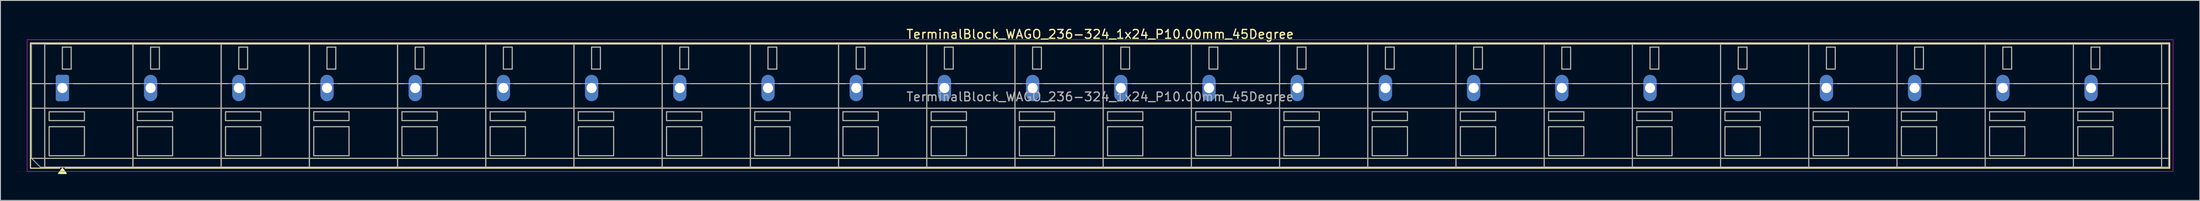
<source format=kicad_pcb>
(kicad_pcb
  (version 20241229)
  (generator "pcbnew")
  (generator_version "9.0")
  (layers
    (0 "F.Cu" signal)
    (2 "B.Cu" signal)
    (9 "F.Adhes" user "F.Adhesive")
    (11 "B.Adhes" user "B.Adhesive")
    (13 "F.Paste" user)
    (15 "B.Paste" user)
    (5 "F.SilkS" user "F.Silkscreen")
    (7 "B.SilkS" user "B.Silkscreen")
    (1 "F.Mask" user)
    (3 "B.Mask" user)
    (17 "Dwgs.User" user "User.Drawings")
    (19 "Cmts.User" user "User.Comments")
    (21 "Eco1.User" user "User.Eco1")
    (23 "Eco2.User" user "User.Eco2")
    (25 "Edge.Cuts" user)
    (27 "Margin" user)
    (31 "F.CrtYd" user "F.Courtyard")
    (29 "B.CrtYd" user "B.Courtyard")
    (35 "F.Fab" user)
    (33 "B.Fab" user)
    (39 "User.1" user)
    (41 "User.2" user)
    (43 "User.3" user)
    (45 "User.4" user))
  (footprint "TerminalBlock_WAGO_236-324_1x24_P10.00mm_45Degree"
    (layer "F.Cu")
    (at 4.025 6.968)
    (property "Reference" "TerminalBlock_WAGO_236-324_1x24_P10.00mm_45Degree" (at 117.65 -6.12 0) (layer "F.SilkS") (effects (font (size 1 1) (thickness 0.15))))
    (attr through_hole)
    (fp_line (start -3.62 -5.12) (end 238.92 -5.12) (stroke (width 0.12) (type solid)) (layer "F.SilkS"))
    (fp_line (start -3.62 -0.5) (end -1.23 -0.5) (stroke (width 0.12) (type solid)) (layer "F.SilkS"))
    (fp_line (start -3.62 2.3) (end 238.92 2.3) (stroke (width 0.12) (type solid)) (layer "F.SilkS"))
    (fp_line (start -3.62 8) (end 238.92 8) (stroke (width 0.12) (type solid)) (layer "F.SilkS"))
    (fp_line (start -3.62 9.12) (end -3.62 -5.12) (stroke (width 0.12) (type solid)) (layer "F.SilkS"))
    (fp_line (start -2 -5) (end 8 -5) (stroke (width 0.12) (type solid)) (layer "F.SilkS"))
    (fp_line (start -2 9) (end -2 -5) (stroke (width 0.12) (type solid)) (layer "F.SilkS"))
    (fp_line (start -1.5 2.7) (end 2.5 2.7) (stroke (width 0.12) (type solid)) (layer "F.SilkS"))
    (fp_line (start -1.5 3.7) (end -1.5 2.7) (stroke (width 0.12) (type solid)) (layer "F.SilkS"))
    (fp_line (start -1.5 4.4) (end 2.5 4.4) (stroke (width 0.12) (type solid)) (layer "F.SilkS"))
    (fp_line (start -1.5 7.7) (end -1.5 4.4) (stroke (width 0.12) (type solid)) (layer "F.SilkS"))
    (fp_line (start -0.3 9.12) (end -3.62 9.12) (stroke (width 0.12) (type solid)) (layer "F.SilkS"))
    (fp_line (start 0 -4.65) (end 1 -4.65) (stroke (width 0.12) (type solid)) (layer "F.SilkS"))
    (fp_line (start 0 -2.15) (end 0 -4.65) (stroke (width 0.12) (type solid)) (layer "F.SilkS"))
    (fp_line (start 1 -4.65) (end 1 -2.15) (stroke (width 0.12) (type solid)) (layer "F.SilkS"))
    (fp_line (start 1 -2.15) (end 0 -2.15) (stroke (width 0.12) (type solid)) (layer "F.SilkS"))
    (fp_line (start 1.23 -0.5) (end 8.77 -0.5) (stroke (width 0.12) (type solid)) (layer "F.SilkS"))
    (fp_line (start 2.5 2.7) (end 2.5 3.7) (stroke (width 0.12) (type solid)) (layer "F.SilkS"))
    (fp_line (start 2.5 3.7) (end -1.5 3.7) (stroke (width 0.12) (type solid)) (layer "F.SilkS"))
    (fp_line (start 2.5 4.4) (end 2.5 7.7) (stroke (width 0.12) (type solid)) (layer "F.SilkS"))
    (fp_line (start 2.5 7.7) (end -1.5 7.7) (stroke (width 0.12) (type solid)) (layer "F.SilkS"))
    (fp_line (start 8 -5) (end 8 9) (stroke (width 0.12) (type solid)) (layer "F.SilkS"))
    (fp_line (start 8 -5) (end 18 -5) (stroke (width 0.12) (type solid)) (layer "F.SilkS"))
    (fp_line (start 8 9) (end -2 9) (stroke (width 0.12) (type solid)) (layer "F.SilkS"))
    (fp_line (start 8 9) (end 8 -5) (stroke (width 0.12) (type solid)) (layer "F.SilkS"))
    (fp_line (start 8.5 2.7) (end 12.5 2.7) (stroke (width 0.12) (type solid)) (layer "F.SilkS"))
    (fp_line (start 8.5 3.7) (end 8.5 2.7) (stroke (width 0.12) (type solid)) (layer "F.SilkS"))
    (fp_line (start 8.5 4.4) (end 12.5 4.4) (stroke (width 0.12) (type solid)) (layer "F.SilkS"))
    (fp_line (start 8.5 7.7) (end 8.5 4.4) (stroke (width 0.12) (type solid)) (layer "F.SilkS"))
    (fp_line (start 10 -4.65) (end 11 -4.65) (stroke (width 0.12) (type solid)) (layer "F.SilkS"))
    (fp_line (start 10 -2.15) (end 10 -4.65) (stroke (width 0.12) (type solid)) (layer "F.SilkS"))
    (fp_line (start 11 -4.65) (end 11 -2.15) (stroke (width 0.12) (type solid)) (layer "F.SilkS"))
    (fp_line (start 11 -2.15) (end 10 -2.15) (stroke (width 0.12) (type solid)) (layer "F.SilkS"))
    (fp_line (start 11.23 -0.5) (end 18.77 -0.5) (stroke (width 0.12) (type solid)) (layer "F.SilkS"))
    (fp_line (start 12.5 2.7) (end 12.5 3.7) (stroke (width 0.12) (type solid)) (layer "F.SilkS"))
    (fp_line (start 12.5 3.7) (end 8.5 3.7) (stroke (width 0.12) (type solid)) (layer "F.SilkS"))
    (fp_line (start 12.5 4.4) (end 12.5 7.7) (stroke (width 0.12) (type solid)) (layer "F.SilkS"))
    (fp_line (start 12.5 7.7) (end 8.5 7.7) (stroke (width 0.12) (type solid)) (layer "F.SilkS"))
    (fp_line (start 18 -5) (end 18 9) (stroke (width 0.12) (type solid)) (layer "F.SilkS"))
    (fp_line (start 18 -5) (end 28 -5) (stroke (width 0.12) (type solid)) (layer "F.SilkS"))
    (fp_line (start 18 9) (end 8 9) (stroke (width 0.12) (type solid)) (layer "F.SilkS"))
    (fp_line (start 18 9) (end 18 -5) (stroke (width 0.12) (type solid)) (layer "F.SilkS"))
    (fp_line (start 18.5 2.7) (end 22.5 2.7) (stroke (width 0.12) (type solid)) (layer "F.SilkS"))
    (fp_line (start 18.5 3.7) (end 18.5 2.7) (stroke (width 0.12) (type solid)) (layer "F.SilkS"))
    (fp_line (start 18.5 4.4) (end 22.5 4.4) (stroke (width 0.12) (type solid)) (layer "F.SilkS"))
    (fp_line (start 18.5 7.7) (end 18.5 4.4) (stroke (width 0.12) (type solid)) (layer "F.SilkS"))
    (fp_line (start 20 -4.65) (end 21 -4.65) (stroke (width 0.12) (type solid)) (layer "F.SilkS"))
    (fp_line (start 20 -2.15) (end 20 -4.65) (stroke (width 0.12) (type solid)) (layer "F.SilkS"))
    (fp_line (start 21 -4.65) (end 21 -2.15) (stroke (width 0.12) (type solid)) (layer "F.SilkS"))
    (fp_line (start 21 -2.15) (end 20 -2.15) (stroke (width 0.12) (type solid)) (layer "F.SilkS"))
    (fp_line (start 21.23 -0.5) (end 28.77 -0.5) (stroke (width 0.12) (type solid)) (layer "F.SilkS"))
    (fp_line (start 22.5 2.7) (end 22.5 3.7) (stroke (width 0.12) (type solid)) (layer "F.SilkS"))
    (fp_line (start 22.5 3.7) (end 18.5 3.7) (stroke (width 0.12) (type solid)) (layer "F.SilkS"))
    (fp_line (start 22.5 4.4) (end 22.5 7.7) (stroke (width 0.12) (type solid)) (layer "F.SilkS"))
    (fp_line (start 22.5 7.7) (end 18.5 7.7) (stroke (width 0.12) (type solid)) (layer "F.SilkS"))
    (fp_line (start 28 -5) (end 28 9) (stroke (width 0.12) (type solid)) (layer "F.SilkS"))
    (fp_line (start 28 -5) (end 38 -5) (stroke (width 0.12) (type solid)) (layer "F.SilkS"))
    (fp_line (start 28 9) (end 18 9) (stroke (width 0.12) (type solid)) (layer "F.SilkS"))
    (fp_line (start 28 9) (end 28 -5) (stroke (width 0.12) (type solid)) (layer "F.SilkS"))
    (fp_line (start 28.5 2.7) (end 32.5 2.7) (stroke (width 0.12) (type solid)) (layer "F.SilkS"))
    (fp_line (start 28.5 3.7) (end 28.5 2.7) (stroke (width 0.12) (type solid)) (layer "F.SilkS"))
    (fp_line (start 28.5 4.4) (end 32.5 4.4) (stroke (width 0.12) (type solid)) (layer "F.SilkS"))
    (fp_line (start 28.5 7.7) (end 28.5 4.4) (stroke (width 0.12) (type solid)) (layer "F.SilkS"))
    (fp_line (start 30 -4.65) (end 31 -4.65) (stroke (width 0.12) (type solid)) (layer "F.SilkS"))
    (fp_line (start 30 -2.15) (end 30 -4.65) (stroke (width 0.12) (type solid)) (layer "F.SilkS"))
    (fp_line (start 31 -4.65) (end 31 -2.15) (stroke (width 0.12) (type solid)) (layer "F.SilkS"))
    (fp_line (start 31 -2.15) (end 30 -2.15) (stroke (width 0.12) (type solid)) (layer "F.SilkS"))
    (fp_line (start 31.23 -0.5) (end 38.77 -0.5) (stroke (width 0.12) (type solid)) (layer "F.SilkS"))
    (fp_line (start 32.5 2.7) (end 32.5 3.7) (stroke (width 0.12) (type solid)) (layer "F.SilkS"))
    (fp_line (start 32.5 3.7) (end 28.5 3.7) (stroke (width 0.12) (type solid)) (layer "F.SilkS"))
    (fp_line (start 32.5 4.4) (end 32.5 7.7) (stroke (width 0.12) (type solid)) (layer "F.SilkS"))
    (fp_line (start 32.5 7.7) (end 28.5 7.7) (stroke (width 0.12) (type solid)) (layer "F.SilkS"))
    (fp_line (start 38 -5) (end 38 9) (stroke (width 0.12) (type solid)) (layer "F.SilkS"))
    (fp_line (start 38 -5) (end 48 -5) (stroke (width 0.12) (type solid)) (layer "F.SilkS"))
    (fp_line (start 38 9) (end 28 9) (stroke (width 0.12) (type solid)) (layer "F.SilkS"))
    (fp_line (start 38 9) (end 38 -5) (stroke (width 0.12) (type solid)) (layer "F.SilkS"))
    (fp_line (start 38.5 2.7) (end 42.5 2.7) (stroke (width 0.12) (type solid)) (layer "F.SilkS"))
    (fp_line (start 38.5 3.7) (end 38.5 2.7) (stroke (width 0.12) (type solid)) (layer "F.SilkS"))
    (fp_line (start 38.5 4.4) (end 42.5 4.4) (stroke (width 0.12) (type solid)) (layer "F.SilkS"))
    (fp_line (start 38.5 7.7) (end 38.5 4.4) (stroke (width 0.12) (type solid)) (layer "F.SilkS"))
    (fp_line (start 40 -4.65) (end 41 -4.65) (stroke (width 0.12) (type solid)) (layer "F.SilkS"))
    (fp_line (start 40 -2.15) (end 40 -4.65) (stroke (width 0.12) (type solid)) (layer "F.SilkS"))
    (fp_line (start 41 -4.65) (end 41 -2.15) (stroke (width 0.12) (type solid)) (layer "F.SilkS"))
    (fp_line (start 41 -2.15) (end 40 -2.15) (stroke (width 0.12) (type solid)) (layer "F.SilkS"))
    (fp_line (start 41.23 -0.5) (end 48.77 -0.5) (stroke (width 0.12) (type solid)) (layer "F.SilkS"))
    (fp_line (start 42.5 2.7) (end 42.5 3.7) (stroke (width 0.12) (type solid)) (layer "F.SilkS"))
    (fp_line (start 42.5 3.7) (end 38.5 3.7) (stroke (width 0.12) (type solid)) (layer "F.SilkS"))
    (fp_line (start 42.5 4.4) (end 42.5 7.7) (stroke (width 0.12) (type solid)) (layer "F.SilkS"))
    (fp_line (start 42.5 7.7) (end 38.5 7.7) (stroke (width 0.12) (type solid)) (layer "F.SilkS"))
    (fp_line (start 48 -5) (end 48 9) (stroke (width 0.12) (type solid)) (layer "F.SilkS"))
    (fp_line (start 48 -5) (end 58 -5) (stroke (width 0.12) (type solid)) (layer "F.SilkS"))
    (fp_line (start 48 9) (end 38 9) (stroke (width 0.12) (type solid)) (layer "F.SilkS"))
    (fp_line (start 48 9) (end 48 -5) (stroke (width 0.12) (type solid)) (layer "F.SilkS"))
    (fp_line (start 48.5 2.7) (end 52.5 2.7) (stroke (width 0.12) (type solid)) (layer "F.SilkS"))
    (fp_line (start 48.5 3.7) (end 48.5 2.7) (stroke (width 0.12) (type solid)) (layer "F.SilkS"))
    (fp_line (start 48.5 4.4) (end 52.5 4.4) (stroke (width 0.12) (type solid)) (layer "F.SilkS"))
    (fp_line (start 48.5 7.7) (end 48.5 4.4) (stroke (width 0.12) (type solid)) (layer "F.SilkS"))
    (fp_line (start 50 -4.65) (end 51 -4.65) (stroke (width 0.12) (type solid)) (layer "F.SilkS"))
    (fp_line (start 50 -2.15) (end 50 -4.65) (stroke (width 0.12) (type solid)) (layer "F.SilkS"))
    (fp_line (start 51 -4.65) (end 51 -2.15) (stroke (width 0.12) (type solid)) (layer "F.SilkS"))
    (fp_line (start 51 -2.15) (end 50 -2.15) (stroke (width 0.12) (type solid)) (layer "F.SilkS"))
    (fp_line (start 51.23 -0.5) (end 58.77 -0.5) (stroke (width 0.12) (type solid)) (layer "F.SilkS"))
    (fp_line (start 52.5 2.7) (end 52.5 3.7) (stroke (width 0.12) (type solid)) (layer "F.SilkS"))
    (fp_line (start 52.5 3.7) (end 48.5 3.7) (stroke (width 0.12) (type solid)) (layer "F.SilkS"))
    (fp_line (start 52.5 4.4) (end 52.5 7.7) (stroke (width 0.12) (type solid)) (layer "F.SilkS"))
    (fp_line (start 52.5 7.7) (end 48.5 7.7) (stroke (width 0.12) (type solid)) (layer "F.SilkS"))
    (fp_line (start 58 -5) (end 58 9) (stroke (width 0.12) (type solid)) (layer "F.SilkS"))
    (fp_line (start 58 -5) (end 68 -5) (stroke (width 0.12) (type solid)) (layer "F.SilkS"))
    (fp_line (start 58 9) (end 48 9) (stroke (width 0.12) (type solid)) (layer "F.SilkS"))
    (fp_line (start 58 9) (end 58 -5) (stroke (width 0.12) (type solid)) (layer "F.SilkS"))
    (fp_line (start 58.5 2.7) (end 62.5 2.7) (stroke (width 0.12) (type solid)) (layer "F.SilkS"))
    (fp_line (start 58.5 3.7) (end 58.5 2.7) (stroke (width 0.12) (type solid)) (layer "F.SilkS"))
    (fp_line (start 58.5 4.4) (end 62.5 4.4) (stroke (width 0.12) (type solid)) (layer "F.SilkS"))
    (fp_line (start 58.5 7.7) (end 58.5 4.4) (stroke (width 0.12) (type solid)) (layer "F.SilkS"))
    (fp_line (start 60 -4.65) (end 61 -4.65) (stroke (width 0.12) (type solid)) (layer "F.SilkS"))
    (fp_line (start 60 -2.15) (end 60 -4.65) (stroke (width 0.12) (type solid)) (layer "F.SilkS"))
    (fp_line (start 61 -4.65) (end 61 -2.15) (stroke (width 0.12) (type solid)) (layer "F.SilkS"))
    (fp_line (start 61 -2.15) (end 60 -2.15) (stroke (width 0.12) (type solid)) (layer "F.SilkS"))
    (fp_line (start 61.23 -0.5) (end 68.77 -0.5) (stroke (width 0.12) (type solid)) (layer "F.SilkS"))
    (fp_line (start 62.5 2.7) (end 62.5 3.7) (stroke (width 0.12) (type solid)) (layer "F.SilkS"))
    (fp_line (start 62.5 3.7) (end 58.5 3.7) (stroke (width 0.12) (type solid)) (layer "F.SilkS"))
    (fp_line (start 62.5 4.4) (end 62.5 7.7) (stroke (width 0.12) (type solid)) (layer "F.SilkS"))
    (fp_line (start 62.5 7.7) (end 58.5 7.7) (stroke (width 0.12) (type solid)) (layer "F.SilkS"))
    (fp_line (start 68 -5) (end 68 9) (stroke (width 0.12) (type solid)) (layer "F.SilkS"))
    (fp_line (start 68 -5) (end 78 -5) (stroke (width 0.12) (type solid)) (layer "F.SilkS"))
    (fp_line (start 68 9) (end 58 9) (stroke (width 0.12) (type solid)) (layer "F.SilkS"))
    (fp_line (start 68 9) (end 68 -5) (stroke (width 0.12) (type solid)) (layer "F.SilkS"))
    (fp_line (start 68.5 2.7) (end 72.5 2.7) (stroke (width 0.12) (type solid)) (layer "F.SilkS"))
    (fp_line (start 68.5 3.7) (end 68.5 2.7) (stroke (width 0.12) (type solid)) (layer "F.SilkS"))
    (fp_line (start 68.5 4.4) (end 72.5 4.4) (stroke (width 0.12) (type solid)) (layer "F.SilkS"))
    (fp_line (start 68.5 7.7) (end 68.5 4.4) (stroke (width 0.12) (type solid)) (layer "F.SilkS"))
    (fp_line (start 70 -4.65) (end 71 -4.65) (stroke (width 0.12) (type solid)) (layer "F.SilkS"))
    (fp_line (start 70 -2.15) (end 70 -4.65) (stroke (width 0.12) (type solid)) (layer "F.SilkS"))
    (fp_line (start 71 -4.65) (end 71 -2.15) (stroke (width 0.12) (type solid)) (layer "F.SilkS"))
    (fp_line (start 71 -2.15) (end 70 -2.15) (stroke (width 0.12) (type solid)) (layer "F.SilkS"))
    (fp_line (start 71.23 -0.5) (end 78.77 -0.5) (stroke (width 0.12) (type solid)) (layer "F.SilkS"))
    (fp_line (start 72.5 2.7) (end 72.5 3.7) (stroke (width 0.12) (type solid)) (layer "F.SilkS"))
    (fp_line (start 72.5 3.7) (end 68.5 3.7) (stroke (width 0.12) (type solid)) (layer "F.SilkS"))
    (fp_line (start 72.5 4.4) (end 72.5 7.7) (stroke (width 0.12) (type solid)) (layer "F.SilkS"))
    (fp_line (start 72.5 7.7) (end 68.5 7.7) (stroke (width 0.12) (type solid)) (layer "F.SilkS"))
    (fp_line (start 78 -5) (end 78 9) (stroke (width 0.12) (type solid)) (layer "F.SilkS"))
    (fp_line (start 78 -5) (end 88 -5) (stroke (width 0.12) (type solid)) (layer "F.SilkS"))
    (fp_line (start 78 9) (end 68 9) (stroke (width 0.12) (type solid)) (layer "F.SilkS"))
    (fp_line (start 78 9) (end 78 -5) (stroke (width 0.12) (type solid)) (layer "F.SilkS"))
    (fp_line (start 78.5 2.7) (end 82.5 2.7) (stroke (width 0.12) (type solid)) (layer "F.SilkS"))
    (fp_line (start 78.5 3.7) (end 78.5 2.7) (stroke (width 0.12) (type solid)) (layer "F.SilkS"))
    (fp_line (start 78.5 4.4) (end 82.5 4.4) (stroke (width 0.12) (type solid)) (layer "F.SilkS"))
    (fp_line (start 78.5 7.7) (end 78.5 4.4) (stroke (width 0.12) (type solid)) (layer "F.SilkS"))
    (fp_line (start 80 -4.65) (end 81 -4.65) (stroke (width 0.12) (type solid)) (layer "F.SilkS"))
    (fp_line (start 80 -2.15) (end 80 -4.65) (stroke (width 0.12) (type solid)) (layer "F.SilkS"))
    (fp_line (start 81 -4.65) (end 81 -2.15) (stroke (width 0.12) (type solid)) (layer "F.SilkS"))
    (fp_line (start 81 -2.15) (end 80 -2.15) (stroke (width 0.12) (type solid)) (layer "F.SilkS"))
    (fp_line (start 81.23 -0.5) (end 88.77 -0.5) (stroke (width 0.12) (type solid)) (layer "F.SilkS"))
    (fp_line (start 82.5 2.7) (end 82.5 3.7) (stroke (width 0.12) (type solid)) (layer "F.SilkS"))
    (fp_line (start 82.5 3.7) (end 78.5 3.7) (stroke (width 0.12) (type solid)) (layer "F.SilkS"))
    (fp_line (start 82.5 4.4) (end 82.5 7.7) (stroke (width 0.12) (type solid)) (layer "F.SilkS"))
    (fp_line (start 82.5 7.7) (end 78.5 7.7) (stroke (width 0.12) (type solid)) (layer "F.SilkS"))
    (fp_line (start 88 -5) (end 88 9) (stroke (width 0.12) (type solid)) (layer "F.SilkS"))
    (fp_line (start 88 -5) (end 98 -5) (stroke (width 0.12) (type solid)) (layer "F.SilkS"))
    (fp_line (start 88 9) (end 78 9) (stroke (width 0.12) (type solid)) (layer "F.SilkS"))
    (fp_line (start 88 9) (end 88 -5) (stroke (width 0.12) (type solid)) (layer "F.SilkS"))
    (fp_line (start 88.5 2.7) (end 92.5 2.7) (stroke (width 0.12) (type solid)) (layer "F.SilkS"))
    (fp_line (start 88.5 3.7) (end 88.5 2.7) (stroke (width 0.12) (type solid)) (layer "F.SilkS"))
    (fp_line (start 88.5 4.4) (end 92.5 4.4) (stroke (width 0.12) (type solid)) (layer "F.SilkS"))
    (fp_line (start 88.5 7.7) (end 88.5 4.4) (stroke (width 0.12) (type solid)) (layer "F.SilkS"))
    (fp_line (start 90 -4.65) (end 91 -4.65) (stroke (width 0.12) (type solid)) (layer "F.SilkS"))
    (fp_line (start 90 -2.15) (end 90 -4.65) (stroke (width 0.12) (type solid)) (layer "F.SilkS"))
    (fp_line (start 91 -4.65) (end 91 -2.15) (stroke (width 0.12) (type solid)) (layer "F.SilkS"))
    (fp_line (start 91 -2.15) (end 90 -2.15) (stroke (width 0.12) (type solid)) (layer "F.SilkS"))
    (fp_line (start 91.23 -0.5) (end 98.77 -0.5) (stroke (width 0.12) (type solid)) (layer "F.SilkS"))
    (fp_line (start 92.5 2.7) (end 92.5 3.7) (stroke (width 0.12) (type solid)) (layer "F.SilkS"))
    (fp_line (start 92.5 3.7) (end 88.5 3.7) (stroke (width 0.12) (type solid)) (layer "F.SilkS"))
    (fp_line (start 92.5 4.4) (end 92.5 7.7) (stroke (width 0.12) (type solid)) (layer "F.SilkS"))
    (fp_line (start 92.5 7.7) (end 88.5 7.7) (stroke (width 0.12) (type solid)) (layer "F.SilkS"))
    (fp_line (start 98 -5) (end 98 9) (stroke (width 0.12) (type solid)) (layer "F.SilkS"))
    (fp_line (start 98 -5) (end 108 -5) (stroke (width 0.12) (type solid)) (layer "F.SilkS"))
    (fp_line (start 98 9) (end 88 9) (stroke (width 0.12) (type solid)) (layer "F.SilkS"))
    (fp_line (start 98 9) (end 98 -5) (stroke (width 0.12) (type solid)) (layer "F.SilkS"))
    (fp_line (start 98.5 2.7) (end 102.5 2.7) (stroke (width 0.12) (type solid)) (layer "F.SilkS"))
    (fp_line (start 98.5 3.7) (end 98.5 2.7) (stroke (width 0.12) (type solid)) (layer "F.SilkS"))
    (fp_line (start 98.5 4.4) (end 102.5 4.4) (stroke (width 0.12) (type solid)) (layer "F.SilkS"))
    (fp_line (start 98.5 7.7) (end 98.5 4.4) (stroke (width 0.12) (type solid)) (layer "F.SilkS"))
    (fp_line (start 100 -4.65) (end 101 -4.65) (stroke (width 0.12) (type solid)) (layer "F.SilkS"))
    (fp_line (start 100 -2.15) (end 100 -4.65) (stroke (width 0.12) (type solid)) (layer "F.SilkS"))
    (fp_line (start 101 -4.65) (end 101 -2.15) (stroke (width 0.12) (type solid)) (layer "F.SilkS"))
    (fp_line (start 101 -2.15) (end 100 -2.15) (stroke (width 0.12) (type solid)) (layer "F.SilkS"))
    (fp_line (start 101.23 -0.5) (end 108.77 -0.5) (stroke (width 0.12) (type solid)) (layer "F.SilkS"))
    (fp_line (start 102.5 2.7) (end 102.5 3.7) (stroke (width 0.12) (type solid)) (layer "F.SilkS"))
    (fp_line (start 102.5 3.7) (end 98.5 3.7) (stroke (width 0.12) (type solid)) (layer "F.SilkS"))
    (fp_line (start 102.5 4.4) (end 102.5 7.7) (stroke (width 0.12) (type solid)) (layer "F.SilkS"))
    (fp_line (start 102.5 7.7) (end 98.5 7.7) (stroke (width 0.12) (type solid)) (layer "F.SilkS"))
    (fp_line (start 108 -5) (end 108 9) (stroke (width 0.12) (type solid)) (layer "F.SilkS"))
    (fp_line (start 108 -5) (end 118 -5) (stroke (width 0.12) (type solid)) (layer "F.SilkS"))
    (fp_line (start 108 9) (end 98 9) (stroke (width 0.12) (type solid)) (layer "F.SilkS"))
    (fp_line (start 108 9) (end 108 -5) (stroke (width 0.12) (type solid)) (layer "F.SilkS"))
    (fp_line (start 108.5 2.7) (end 112.5 2.7) (stroke (width 0.12) (type solid)) (layer "F.SilkS"))
    (fp_line (start 108.5 3.7) (end 108.5 2.7) (stroke (width 0.12) (type solid)) (layer "F.SilkS"))
    (fp_line (start 108.5 4.4) (end 112.5 4.4) (stroke (width 0.12) (type solid)) (layer "F.SilkS"))
    (fp_line (start 108.5 7.7) (end 108.5 4.4) (stroke (width 0.12) (type solid)) (layer "F.SilkS"))
    (fp_line (start 110 -4.65) (end 111 -4.65) (stroke (width 0.12) (type solid)) (layer "F.SilkS"))
    (fp_line (start 110 -2.15) (end 110 -4.65) (stroke (width 0.12) (type solid)) (layer "F.SilkS"))
    (fp_line (start 111 -4.65) (end 111 -2.15) (stroke (width 0.12) (type solid)) (layer "F.SilkS"))
    (fp_line (start 111 -2.15) (end 110 -2.15) (stroke (width 0.12) (type solid)) (layer "F.SilkS"))
    (fp_line (start 111.23 -0.5) (end 118.77 -0.5) (stroke (width 0.12) (type solid)) (layer "F.SilkS"))
    (fp_line (start 112.5 2.7) (end 112.5 3.7) (stroke (width 0.12) (type solid)) (layer "F.SilkS"))
    (fp_line (start 112.5 3.7) (end 108.5 3.7) (stroke (width 0.12) (type solid)) (layer "F.SilkS"))
    (fp_line (start 112.5 4.4) (end 112.5 7.7) (stroke (width 0.12) (type solid)) (layer "F.SilkS"))
    (fp_line (start 112.5 7.7) (end 108.5 7.7) (stroke (width 0.12) (type solid)) (layer "F.SilkS"))
    (fp_line (start 118 -5) (end 118 9) (stroke (width 0.12) (type solid)) (layer "F.SilkS"))
    (fp_line (start 118 -5) (end 128 -5) (stroke (width 0.12) (type solid)) (layer "F.SilkS"))
    (fp_line (start 118 9) (end 108 9) (stroke (width 0.12) (type solid)) (layer "F.SilkS"))
    (fp_line (start 118 9) (end 118 -5) (stroke (width 0.12) (type solid)) (layer "F.SilkS"))
    (fp_line (start 118.5 2.7) (end 122.5 2.7) (stroke (width 0.12) (type solid)) (layer "F.SilkS"))
    (fp_line (start 118.5 3.7) (end 118.5 2.7) (stroke (width 0.12) (type solid)) (layer "F.SilkS"))
    (fp_line (start 118.5 4.4) (end 122.5 4.4) (stroke (width 0.12) (type solid)) (layer "F.SilkS"))
    (fp_line (start 118.5 7.7) (end 118.5 4.4) (stroke (width 0.12) (type solid)) (layer "F.SilkS"))
    (fp_line (start 120 -4.65) (end 121 -4.65) (stroke (width 0.12) (type solid)) (layer "F.SilkS"))
    (fp_line (start 120 -2.15) (end 120 -4.65) (stroke (width 0.12) (type solid)) (layer "F.SilkS"))
    (fp_line (start 121 -4.65) (end 121 -2.15) (stroke (width 0.12) (type solid)) (layer "F.SilkS"))
    (fp_line (start 121 -2.15) (end 120 -2.15) (stroke (width 0.12) (type solid)) (layer "F.SilkS"))
    (fp_line (start 121.23 -0.5) (end 128.77 -0.5) (stroke (width 0.12) (type solid)) (layer "F.SilkS"))
    (fp_line (start 122.5 2.7) (end 122.5 3.7) (stroke (width 0.12) (type solid)) (layer "F.SilkS"))
    (fp_line (start 122.5 3.7) (end 118.5 3.7) (stroke (width 0.12) (type solid)) (layer "F.SilkS"))
    (fp_line (start 122.5 4.4) (end 122.5 7.7) (stroke (width 0.12) (type solid)) (layer "F.SilkS"))
    (fp_line (start 122.5 7.7) (end 118.5 7.7) (stroke (width 0.12) (type solid)) (layer "F.SilkS"))
    (fp_line (start 128 -5) (end 128 9) (stroke (width 0.12) (type solid)) (layer "F.SilkS"))
    (fp_line (start 128 -5) (end 138 -5) (stroke (width 0.12) (type solid)) (layer "F.SilkS"))
    (fp_line (start 128 9) (end 118 9) (stroke (width 0.12) (type solid)) (layer "F.SilkS"))
    (fp_line (start 128 9) (end 128 -5) (stroke (width 0.12) (type solid)) (layer "F.SilkS"))
    (fp_line (start 128.5 2.7) (end 132.5 2.7) (stroke (width 0.12) (type solid)) (layer "F.SilkS"))
    (fp_line (start 128.5 3.7) (end 128.5 2.7) (stroke (width 0.12) (type solid)) (layer "F.SilkS"))
    (fp_line (start 128.5 4.4) (end 132.5 4.4) (stroke (width 0.12) (type solid)) (layer "F.SilkS"))
    (fp_line (start 128.5 7.7) (end 128.5 4.4) (stroke (width 0.12) (type solid)) (layer "F.SilkS"))
    (fp_line (start 130 -4.65) (end 131 -4.65) (stroke (width 0.12) (type solid)) (layer "F.SilkS"))
    (fp_line (start 130 -2.15) (end 130 -4.65) (stroke (width 0.12) (type solid)) (layer "F.SilkS"))
    (fp_line (start 131 -4.65) (end 131 -2.15) (stroke (width 0.12) (type solid)) (layer "F.SilkS"))
    (fp_line (start 131 -2.15) (end 130 -2.15) (stroke (width 0.12) (type solid)) (layer "F.SilkS"))
    (fp_line (start 131.23 -0.5) (end 138.77 -0.5) (stroke (width 0.12) (type solid)) (layer "F.SilkS"))
    (fp_line (start 132.5 2.7) (end 132.5 3.7) (stroke (width 0.12) (type solid)) (layer "F.SilkS"))
    (fp_line (start 132.5 3.7) (end 128.5 3.7) (stroke (width 0.12) (type solid)) (layer "F.SilkS"))
    (fp_line (start 132.5 4.4) (end 132.5 7.7) (stroke (width 0.12) (type solid)) (layer "F.SilkS"))
    (fp_line (start 132.5 7.7) (end 128.5 7.7) (stroke (width 0.12) (type solid)) (layer "F.SilkS"))
    (fp_line (start 138 -5) (end 138 9) (stroke (width 0.12) (type solid)) (layer "F.SilkS"))
    (fp_line (start 138 -5) (end 148 -5) (stroke (width 0.12) (type solid)) (layer "F.SilkS"))
    (fp_line (start 138 9) (end 128 9) (stroke (width 0.12) (type solid)) (layer "F.SilkS"))
    (fp_line (start 138 9) (end 138 -5) (stroke (width 0.12) (type solid)) (layer "F.SilkS"))
    (fp_line (start 138.5 2.7) (end 142.5 2.7) (stroke (width 0.12) (type solid)) (layer "F.SilkS"))
    (fp_line (start 138.5 3.7) (end 138.5 2.7) (stroke (width 0.12) (type solid)) (layer "F.SilkS"))
    (fp_line (start 138.5 4.4) (end 142.5 4.4) (stroke (width 0.12) (type solid)) (layer "F.SilkS"))
    (fp_line (start 138.5 7.7) (end 138.5 4.4) (stroke (width 0.12) (type solid)) (layer "F.SilkS"))
    (fp_line (start 140 -4.65) (end 141 -4.65) (stroke (width 0.12) (type solid)) (layer "F.SilkS"))
    (fp_line (start 140 -2.15) (end 140 -4.65) (stroke (width 0.12) (type solid)) (layer "F.SilkS"))
    (fp_line (start 141 -4.65) (end 141 -2.15) (stroke (width 0.12) (type solid)) (layer "F.SilkS"))
    (fp_line (start 141 -2.15) (end 140 -2.15) (stroke (width 0.12) (type solid)) (layer "F.SilkS"))
    (fp_line (start 141.23 -0.5) (end 148.77 -0.5) (stroke (width 0.12) (type solid)) (layer "F.SilkS"))
    (fp_line (start 142.5 2.7) (end 142.5 3.7) (stroke (width 0.12) (type solid)) (layer "F.SilkS"))
    (fp_line (start 142.5 3.7) (end 138.5 3.7) (stroke (width 0.12) (type solid)) (layer "F.SilkS"))
    (fp_line (start 142.5 4.4) (end 142.5 7.7) (stroke (width 0.12) (type solid)) (layer "F.SilkS"))
    (fp_line (start 142.5 7.7) (end 138.5 7.7) (stroke (width 0.12) (type solid)) (layer "F.SilkS"))
    (fp_line (start 148 -5) (end 148 9) (stroke (width 0.12) (type solid)) (layer "F.SilkS"))
    (fp_line (start 148 -5) (end 158 -5) (stroke (width 0.12) (type solid)) (layer "F.SilkS"))
    (fp_line (start 148 9) (end 138 9) (stroke (width 0.12) (type solid)) (layer "F.SilkS"))
    (fp_line (start 148 9) (end 148 -5) (stroke (width 0.12) (type solid)) (layer "F.SilkS"))
    (fp_line (start 148.5 2.7) (end 152.5 2.7) (stroke (width 0.12) (type solid)) (layer "F.SilkS"))
    (fp_line (start 148.5 3.7) (end 148.5 2.7) (stroke (width 0.12) (type solid)) (layer "F.SilkS"))
    (fp_line (start 148.5 4.4) (end 152.5 4.4) (stroke (width 0.12) (type solid)) (layer "F.SilkS"))
    (fp_line (start 148.5 7.7) (end 148.5 4.4) (stroke (width 0.12) (type solid)) (layer "F.SilkS"))
    (fp_line (start 150 -4.65) (end 151 -4.65) (stroke (width 0.12) (type solid)) (layer "F.SilkS"))
    (fp_line (start 150 -2.15) (end 150 -4.65) (stroke (width 0.12) (type solid)) (layer "F.SilkS"))
    (fp_line (start 151 -4.65) (end 151 -2.15) (stroke (width 0.12) (type solid)) (layer "F.SilkS"))
    (fp_line (start 151 -2.15) (end 150 -2.15) (stroke (width 0.12) (type solid)) (layer "F.SilkS"))
    (fp_line (start 151.23 -0.5) (end 158.77 -0.5) (stroke (width 0.12) (type solid)) (layer "F.SilkS"))
    (fp_line (start 152.5 2.7) (end 152.5 3.7) (stroke (width 0.12) (type solid)) (layer "F.SilkS"))
    (fp_line (start 152.5 3.7) (end 148.5 3.7) (stroke (width 0.12) (type solid)) (layer "F.SilkS"))
    (fp_line (start 152.5 4.4) (end 152.5 7.7) (stroke (width 0.12) (type solid)) (layer "F.SilkS"))
    (fp_line (start 152.5 7.7) (end 148.5 7.7) (stroke (width 0.12) (type solid)) (layer "F.SilkS"))
    (fp_line (start 158 -5) (end 158 9) (stroke (width 0.12) (type solid)) (layer "F.SilkS"))
    (fp_line (start 158 -5) (end 168 -5) (stroke (width 0.12) (type solid)) (layer "F.SilkS"))
    (fp_line (start 158 9) (end 148 9) (stroke (width 0.12) (type solid)) (layer "F.SilkS"))
    (fp_line (start 158 9) (end 158 -5) (stroke (width 0.12) (type solid)) (layer "F.SilkS"))
    (fp_line (start 158.5 2.7) (end 162.5 2.7) (stroke (width 0.12) (type solid)) (layer "F.SilkS"))
    (fp_line (start 158.5 3.7) (end 158.5 2.7) (stroke (width 0.12) (type solid)) (layer "F.SilkS"))
    (fp_line (start 158.5 4.4) (end 162.5 4.4) (stroke (width 0.12) (type solid)) (layer "F.SilkS"))
    (fp_line (start 158.5 7.7) (end 158.5 4.4) (stroke (width 0.12) (type solid)) (layer "F.SilkS"))
    (fp_line (start 160 -4.65) (end 161 -4.65) (stroke (width 0.12) (type solid)) (layer "F.SilkS"))
    (fp_line (start 160 -2.15) (end 160 -4.65) (stroke (width 0.12) (type solid)) (layer "F.SilkS"))
    (fp_line (start 161 -4.65) (end 161 -2.15) (stroke (width 0.12) (type solid)) (layer "F.SilkS"))
    (fp_line (start 161 -2.15) (end 160 -2.15) (stroke (width 0.12) (type solid)) (layer "F.SilkS"))
    (fp_line (start 161.23 -0.5) (end 168.77 -0.5) (stroke (width 0.12) (type solid)) (layer "F.SilkS"))
    (fp_line (start 162.5 2.7) (end 162.5 3.7) (stroke (width 0.12) (type solid)) (layer "F.SilkS"))
    (fp_line (start 162.5 3.7) (end 158.5 3.7) (stroke (width 0.12) (type solid)) (layer "F.SilkS"))
    (fp_line (start 162.5 4.4) (end 162.5 7.7) (stroke (width 0.12) (type solid)) (layer "F.SilkS"))
    (fp_line (start 162.5 7.7) (end 158.5 7.7) (stroke (width 0.12) (type solid)) (layer "F.SilkS"))
    (fp_line (start 168 -5) (end 168 9) (stroke (width 0.12) (type solid)) (layer "F.SilkS"))
    (fp_line (start 168 -5) (end 178 -5) (stroke (width 0.12) (type solid)) (layer "F.SilkS"))
    (fp_line (start 168 9) (end 158 9) (stroke (width 0.12) (type solid)) (layer "F.SilkS"))
    (fp_line (start 168 9) (end 168 -5) (stroke (width 0.12) (type solid)) (layer "F.SilkS"))
    (fp_line (start 168.5 2.7) (end 172.5 2.7) (stroke (width 0.12) (type solid)) (layer "F.SilkS"))
    (fp_line (start 168.5 3.7) (end 168.5 2.7) (stroke (width 0.12) (type solid)) (layer "F.SilkS"))
    (fp_line (start 168.5 4.4) (end 172.5 4.4) (stroke (width 0.12) (type solid)) (layer "F.SilkS"))
    (fp_line (start 168.5 7.7) (end 168.5 4.4) (stroke (width 0.12) (type solid)) (layer "F.SilkS"))
    (fp_line (start 170 -4.65) (end 171 -4.65) (stroke (width 0.12) (type solid)) (layer "F.SilkS"))
    (fp_line (start 170 -2.15) (end 170 -4.65) (stroke (width 0.12) (type solid)) (layer "F.SilkS"))
    (fp_line (start 171 -4.65) (end 171 -2.15) (stroke (width 0.12) (type solid)) (layer "F.SilkS"))
    (fp_line (start 171 -2.15) (end 170 -2.15) (stroke (width 0.12) (type solid)) (layer "F.SilkS"))
    (fp_line (start 171.23 -0.5) (end 178.77 -0.5) (stroke (width 0.12) (type solid)) (layer "F.SilkS"))
    (fp_line (start 172.5 2.7) (end 172.5 3.7) (stroke (width 0.12) (type solid)) (layer "F.SilkS"))
    (fp_line (start 172.5 3.7) (end 168.5 3.7) (stroke (width 0.12) (type solid)) (layer "F.SilkS"))
    (fp_line (start 172.5 4.4) (end 172.5 7.7) (stroke (width 0.12) (type solid)) (layer "F.SilkS"))
    (fp_line (start 172.5 7.7) (end 168.5 7.7) (stroke (width 0.12) (type solid)) (layer "F.SilkS"))
    (fp_line (start 178 -5) (end 178 9) (stroke (width 0.12) (type solid)) (layer "F.SilkS"))
    (fp_line (start 178 -5) (end 188 -5) (stroke (width 0.12) (type solid)) (layer "F.SilkS"))
    (fp_line (start 178 9) (end 168 9) (stroke (width 0.12) (type solid)) (layer "F.SilkS"))
    (fp_line (start 178 9) (end 178 -5) (stroke (width 0.12) (type solid)) (layer "F.SilkS"))
    (fp_line (start 178.5 2.7) (end 182.5 2.7) (stroke (width 0.12) (type solid)) (layer "F.SilkS"))
    (fp_line (start 178.5 3.7) (end 178.5 2.7) (stroke (width 0.12) (type solid)) (layer "F.SilkS"))
    (fp_line (start 178.5 4.4) (end 182.5 4.4) (stroke (width 0.12) (type solid)) (layer "F.SilkS"))
    (fp_line (start 178.5 7.7) (end 178.5 4.4) (stroke (width 0.12) (type solid)) (layer "F.SilkS"))
    (fp_line (start 180 -4.65) (end 181 -4.65) (stroke (width 0.12) (type solid)) (layer "F.SilkS"))
    (fp_line (start 180 -2.15) (end 180 -4.65) (stroke (width 0.12) (type solid)) (layer "F.SilkS"))
    (fp_line (start 181 -4.65) (end 181 -2.15) (stroke (width 0.12) (type solid)) (layer "F.SilkS"))
    (fp_line (start 181 -2.15) (end 180 -2.15) (stroke (width 0.12) (type solid)) (layer "F.SilkS"))
    (fp_line (start 181.23 -0.5) (end 188.77 -0.5) (stroke (width 0.12) (type solid)) (layer "F.SilkS"))
    (fp_line (start 182.5 2.7) (end 182.5 3.7) (stroke (width 0.12) (type solid)) (layer "F.SilkS"))
    (fp_line (start 182.5 3.7) (end 178.5 3.7) (stroke (width 0.12) (type solid)) (layer "F.SilkS"))
    (fp_line (start 182.5 4.4) (end 182.5 7.7) (stroke (width 0.12) (type solid)) (layer "F.SilkS"))
    (fp_line (start 182.5 7.7) (end 178.5 7.7) (stroke (width 0.12) (type solid)) (layer "F.SilkS"))
    (fp_line (start 188 -5) (end 188 9) (stroke (width 0.12) (type solid)) (layer "F.SilkS"))
    (fp_line (start 188 -5) (end 198 -5) (stroke (width 0.12) (type solid)) (layer "F.SilkS"))
    (fp_line (start 188 9) (end 178 9) (stroke (width 0.12) (type solid)) (layer "F.SilkS"))
    (fp_line (start 188 9) (end 188 -5) (stroke (width 0.12) (type solid)) (layer "F.SilkS"))
    (fp_line (start 188.5 2.7) (end 192.5 2.7) (stroke (width 0.12) (type solid)) (layer "F.SilkS"))
    (fp_line (start 188.5 3.7) (end 188.5 2.7) (stroke (width 0.12) (type solid)) (layer "F.SilkS"))
    (fp_line (start 188.5 4.4) (end 192.5 4.4) (stroke (width 0.12) (type solid)) (layer "F.SilkS"))
    (fp_line (start 188.5 7.7) (end 188.5 4.4) (stroke (width 0.12) (type solid)) (layer "F.SilkS"))
    (fp_line (start 190 -4.65) (end 191 -4.65) (stroke (width 0.12) (type solid)) (layer "F.SilkS"))
    (fp_line (start 190 -2.15) (end 190 -4.65) (stroke (width 0.12) (type solid)) (layer "F.SilkS"))
    (fp_line (start 191 -4.65) (end 191 -2.15) (stroke (width 0.12) (type solid)) (layer "F.SilkS"))
    (fp_line (start 191 -2.15) (end 190 -2.15) (stroke (width 0.12) (type solid)) (layer "F.SilkS"))
    (fp_line (start 191.23 -0.5) (end 198.77 -0.5) (stroke (width 0.12) (type solid)) (layer "F.SilkS"))
    (fp_line (start 192.5 2.7) (end 192.5 3.7) (stroke (width 0.12) (type solid)) (layer "F.SilkS"))
    (fp_line (start 192.5 3.7) (end 188.5 3.7) (stroke (width 0.12) (type solid)) (layer "F.SilkS"))
    (fp_line (start 192.5 4.4) (end 192.5 7.7) (stroke (width 0.12) (type solid)) (layer "F.SilkS"))
    (fp_line (start 192.5 7.7) (end 188.5 7.7) (stroke (width 0.12) (type solid)) (layer "F.SilkS"))
    (fp_line (start 198 -5) (end 198 9) (stroke (width 0.12) (type solid)) (layer "F.SilkS"))
    (fp_line (start 198 -5) (end 208 -5) (stroke (width 0.12) (type solid)) (layer "F.SilkS"))
    (fp_line (start 198 9) (end 188 9) (stroke (width 0.12) (type solid)) (layer "F.SilkS"))
    (fp_line (start 198 9) (end 198 -5) (stroke (width 0.12) (type solid)) (layer "F.SilkS"))
    (fp_line (start 198.5 2.7) (end 202.5 2.7) (stroke (width 0.12) (type solid)) (layer "F.SilkS"))
    (fp_line (start 198.5 3.7) (end 198.5 2.7) (stroke (width 0.12) (type solid)) (layer "F.SilkS"))
    (fp_line (start 198.5 4.4) (end 202.5 4.4) (stroke (width 0.12) (type solid)) (layer "F.SilkS"))
    (fp_line (start 198.5 7.7) (end 198.5 4.4) (stroke (width 0.12) (type solid)) (layer "F.SilkS"))
    (fp_line (start 200 -4.65) (end 201 -4.65) (stroke (width 0.12) (type solid)) (layer "F.SilkS"))
    (fp_line (start 200 -2.15) (end 200 -4.65) (stroke (width 0.12) (type solid)) (layer "F.SilkS"))
    (fp_line (start 201 -4.65) (end 201 -2.15) (stroke (width 0.12) (type solid)) (layer "F.SilkS"))
    (fp_line (start 201 -2.15) (end 200 -2.15) (stroke (width 0.12) (type solid)) (layer "F.SilkS"))
    (fp_line (start 201.23 -0.5) (end 208.77 -0.5) (stroke (width 0.12) (type solid)) (layer "F.SilkS"))
    (fp_line (start 202.5 2.7) (end 202.5 3.7) (stroke (width 0.12) (type solid)) (layer "F.SilkS"))
    (fp_line (start 202.5 3.7) (end 198.5 3.7) (stroke (width 0.12) (type solid)) (layer "F.SilkS"))
    (fp_line (start 202.5 4.4) (end 202.5 7.7) (stroke (width 0.12) (type solid)) (layer "F.SilkS"))
    (fp_line (start 202.5 7.7) (end 198.5 7.7) (stroke (width 0.12) (type solid)) (layer "F.SilkS"))
    (fp_line (start 208 -5) (end 208 9) (stroke (width 0.12) (type solid)) (layer "F.SilkS"))
    (fp_line (start 208 -5) (end 218 -5) (stroke (width 0.12) (type solid)) (layer "F.SilkS"))
    (fp_line (start 208 9) (end 198 9) (stroke (width 0.12) (type solid)) (layer "F.SilkS"))
    (fp_line (start 208 9) (end 208 -5) (stroke (width 0.12) (type solid)) (layer "F.SilkS"))
    (fp_line (start 208.5 2.7) (end 212.5 2.7) (stroke (width 0.12) (type solid)) (layer "F.SilkS"))
    (fp_line (start 208.5 3.7) (end 208.5 2.7) (stroke (width 0.12) (type solid)) (layer "F.SilkS"))
    (fp_line (start 208.5 4.4) (end 212.5 4.4) (stroke (width 0.12) (type solid)) (layer "F.SilkS"))
    (fp_line (start 208.5 7.7) (end 208.5 4.4) (stroke (width 0.12) (type solid)) (layer "F.SilkS"))
    (fp_line (start 210 -4.65) (end 211 -4.65) (stroke (width 0.12) (type solid)) (layer "F.SilkS"))
    (fp_line (start 210 -2.15) (end 210 -4.65) (stroke (width 0.12) (type solid)) (layer "F.SilkS"))
    (fp_line (start 211 -4.65) (end 211 -2.15) (stroke (width 0.12) (type solid)) (layer "F.SilkS"))
    (fp_line (start 211 -2.15) (end 210 -2.15) (stroke (width 0.12) (type solid)) (layer "F.SilkS"))
    (fp_line (start 211.23 -0.5) (end 218.77 -0.5) (stroke (width 0.12) (type solid)) (layer "F.SilkS"))
    (fp_line (start 212.5 2.7) (end 212.5 3.7) (stroke (width 0.12) (type solid)) (layer "F.SilkS"))
    (fp_line (start 212.5 3.7) (end 208.5 3.7) (stroke (width 0.12) (type solid)) (layer "F.SilkS"))
    (fp_line (start 212.5 4.4) (end 212.5 7.7) (stroke (width 0.12) (type solid)) (layer "F.SilkS"))
    (fp_line (start 212.5 7.7) (end 208.5 7.7) (stroke (width 0.12) (type solid)) (layer "F.SilkS"))
    (fp_line (start 218 -5) (end 218 9) (stroke (width 0.12) (type solid)) (layer "F.SilkS"))
    (fp_line (start 218 -5) (end 228 -5) (stroke (width 0.12) (type solid)) (layer "F.SilkS"))
    (fp_line (start 218 9) (end 208 9) (stroke (width 0.12) (type solid)) (layer "F.SilkS"))
    (fp_line (start 218 9) (end 218 -5) (stroke (width 0.12) (type solid)) (layer "F.SilkS"))
    (fp_line (start 218.5 2.7) (end 222.5 2.7) (stroke (width 0.12) (type solid)) (layer "F.SilkS"))
    (fp_line (start 218.5 3.7) (end 218.5 2.7) (stroke (width 0.12) (type solid)) (layer "F.SilkS"))
    (fp_line (start 218.5 4.4) (end 222.5 4.4) (stroke (width 0.12) (type solid)) (layer "F.SilkS"))
    (fp_line (start 218.5 7.7) (end 218.5 4.4) (stroke (width 0.12) (type solid)) (layer "F.SilkS"))
    (fp_line (start 220 -4.65) (end 221 -4.65) (stroke (width 0.12) (type solid)) (layer "F.SilkS"))
    (fp_line (start 220 -2.15) (end 220 -4.65) (stroke (width 0.12) (type solid)) (layer "F.SilkS"))
    (fp_line (start 221 -4.65) (end 221 -2.15) (stroke (width 0.12) (type solid)) (layer "F.SilkS"))
    (fp_line (start 221 -2.15) (end 220 -2.15) (stroke (width 0.12) (type solid)) (layer "F.SilkS"))
    (fp_line (start 221.23 -0.5) (end 228.77 -0.5) (stroke (width 0.12) (type solid)) (layer "F.SilkS"))
    (fp_line (start 222.5 2.7) (end 222.5 3.7) (stroke (width 0.12) (type solid)) (layer "F.SilkS"))
    (fp_line (start 222.5 3.7) (end 218.5 3.7) (stroke (width 0.12) (type solid)) (layer "F.SilkS"))
    (fp_line (start 222.5 4.4) (end 222.5 7.7) (stroke (width 0.12) (type solid)) (layer "F.SilkS"))
    (fp_line (start 222.5 7.7) (end 218.5 7.7) (stroke (width 0.12) (type solid)) (layer "F.SilkS"))
    (fp_line (start 228 -5) (end 228 9) (stroke (width 0.12) (type solid)) (layer "F.SilkS"))
    (fp_line (start 228 -5) (end 238 -5) (stroke (width 0.12) (type solid)) (layer "F.SilkS"))
    (fp_line (start 228 9) (end 218 9) (stroke (width 0.12) (type solid)) (layer "F.SilkS"))
    (fp_line (start 228 9) (end 228 -5) (stroke (width 0.12) (type solid)) (layer "F.SilkS"))
    (fp_line (start 228.5 2.7) (end 232.5 2.7) (stroke (width 0.12) (type solid)) (layer "F.SilkS"))
    (fp_line (start 228.5 3.7) (end 228.5 2.7) (stroke (width 0.12) (type solid)) (layer "F.SilkS"))
    (fp_line (start 228.5 4.4) (end 232.5 4.4) (stroke (width 0.12) (type solid)) (layer "F.SilkS"))
    (fp_line (start 228.5 7.7) (end 228.5 4.4) (stroke (width 0.12) (type solid)) (layer "F.SilkS"))
    (fp_line (start 230 -4.65) (end 231 -4.65) (stroke (width 0.12) (type solid)) (layer "F.SilkS"))
    (fp_line (start 230 -2.15) (end 230 -4.65) (stroke (width 0.12) (type solid)) (layer "F.SilkS"))
    (fp_line (start 231 -4.65) (end 231 -2.15) (stroke (width 0.12) (type solid)) (layer "F.SilkS"))
    (fp_line (start 231 -2.15) (end 230 -2.15) (stroke (width 0.12) (type solid)) (layer "F.SilkS"))
    (fp_line (start 231.23 -0.5) (end 238.92 -0.5) (stroke (width 0.12) (type solid)) (layer "F.SilkS"))
    (fp_line (start 232.5 2.7) (end 232.5 3.7) (stroke (width 0.12) (type solid)) (layer "F.SilkS"))
    (fp_line (start 232.5 3.7) (end 228.5 3.7) (stroke (width 0.12) (type solid)) (layer "F.SilkS"))
    (fp_line (start 232.5 4.4) (end 232.5 7.7) (stroke (width 0.12) (type solid)) (layer "F.SilkS"))
    (fp_line (start 232.5 7.7) (end 228.5 7.7) (stroke (width 0.12) (type solid)) (layer "F.SilkS"))
    (fp_line (start 238 -5) (end 238 9) (stroke (width 0.12) (type solid)) (layer "F.SilkS"))
    (fp_line (start 238 9) (end 228 9) (stroke (width 0.12) (type solid)) (layer "F.SilkS"))
    (fp_line (start 238.92 -5.12) (end 238.92 9.12) (stroke (width 0.12) (type solid)) (layer "F.SilkS"))
    (fp_line (start 238.92 9.12) (end 0.3 9.12) (stroke (width 0.12) (type solid)) (layer "F.SilkS"))
    (fp_poly (pts (xy 0 9.12) (xy 0.44 9.73) (xy -0.44 9.73)) (stroke (width 0.12) (type solid)) (fill yes) (layer "F.SilkS"))
    (fp_line (start -4 -5.5) (end -4 9.5) (stroke (width 0.05) (type solid)) (layer "F.CrtYd"))
    (fp_line (start -4 9.5) (end 239.3 9.5) (stroke (width 0.05) (type solid)) (layer "F.CrtYd"))
    (fp_line (start 239.3 -5.5) (end -4 -5.5) (stroke (width 0.05) (type solid)) (layer "F.CrtYd"))
    (fp_line (start 239.3 9.5) (end 239.3 -5.5) (stroke (width 0.05) (type solid)) (layer "F.CrtYd"))
    (fp_line (start -3.5 -5) (end 238.8 -5) (stroke (width 0.1) (type solid)) (layer "F.Fab"))
    (fp_line (start -3.5 -0.5) (end 238.8 -0.5) (stroke (width 0.1) (type solid)) (layer "F.Fab"))
    (fp_line (start -3.5 2.3) (end 238.8 2.3) (stroke (width 0.1) (type solid)) (layer "F.Fab"))
    (fp_line (start -3.5 8) (end -3.5 -5) (stroke (width 0.1) (type solid)) (layer "F.Fab"))
    (fp_line (start -3.5 8) (end 238.8 8) (stroke (width 0.1) (type solid)) (layer "F.Fab"))
    (fp_line (start -2.5 9) (end -3.5 8) (stroke (width 0.1) (type solid)) (layer "F.Fab"))
    (fp_line (start -2 -5) (end -2 9) (stroke (width 0.1) (type solid)) (layer "F.Fab"))
    (fp_line (start -2 9) (end 8 9) (stroke (width 0.1) (type solid)) (layer "F.Fab"))
    (fp_line (start -1.5 2.7) (end -1.5 3.7) (stroke (width 0.1) (type solid)) (layer "F.Fab"))
    (fp_line (start -1.5 3.7) (end 2.5 3.7) (stroke (width 0.1) (type solid)) (layer "F.Fab"))
    (fp_line (start -1.5 4.4) (end -1.5 7.7) (stroke (width 0.1) (type solid)) (layer "F.Fab"))
    (fp_line (start -1.5 7.7) (end 2.5 7.7) (stroke (width 0.1) (type solid)) (layer "F.Fab"))
    (fp_line (start 0 -4.65) (end 0 -2.15) (stroke (width 0.1) (type solid)) (layer "F.Fab"))
    (fp_line (start 0 -2.15) (end 1 -2.15) (stroke (width 0.1) (type solid)) (layer "F.Fab"))
    (fp_line (start 1 -4.65) (end 0 -4.65) (stroke (width 0.1) (type solid)) (layer "F.Fab"))
    (fp_line (start 1 -2.15) (end 1 -4.65) (stroke (width 0.1) (type solid)) (layer "F.Fab"))
    (fp_line (start 2.5 2.7) (end -1.5 2.7) (stroke (width 0.1) (type solid)) (layer "F.Fab"))
    (fp_line (start 2.5 3.7) (end 2.5 2.7) (stroke (width 0.1) (type solid)) (layer "F.Fab"))
    (fp_line (start 2.5 4.4) (end -1.5 4.4) (stroke (width 0.1) (type solid)) (layer "F.Fab"))
    (fp_line (start 2.5 7.7) (end 2.5 4.4) (stroke (width 0.1) (type solid)) (layer "F.Fab"))
    (fp_line (start 8 -5) (end -2 -5) (stroke (width 0.1) (type solid)) (layer "F.Fab"))
    (fp_line (start 8 -5) (end 8 9) (stroke (width 0.1) (type solid)) (layer "F.Fab"))
    (fp_line (start 8 9) (end 8 -5) (stroke (width 0.1) (type solid)) (layer "F.Fab"))
    (fp_line (start 8 9) (end 18 9) (stroke (width 0.1) (type solid)) (layer "F.Fab"))
    (fp_line (start 8.5 2.7) (end 8.5 3.7) (stroke (width 0.1) (type solid)) (layer "F.Fab"))
    (fp_line (start 8.5 3.7) (end 12.5 3.7) (stroke (width 0.1) (type solid)) (layer "F.Fab"))
    (fp_line (start 8.5 4.4) (end 8.5 7.7) (stroke (width 0.1) (type solid)) (layer "F.Fab"))
    (fp_line (start 8.5 7.7) (end 12.5 7.7) (stroke (width 0.1) (type solid)) (layer "F.Fab"))
    (fp_line (start 10 -4.65) (end 10 -2.15) (stroke (width 0.1) (type solid)) (layer "F.Fab"))
    (fp_line (start 10 -2.15) (end 11 -2.15) (stroke (width 0.1) (type solid)) (layer "F.Fab"))
    (fp_line (start 11 -4.65) (end 10 -4.65) (stroke (width 0.1) (type solid)) (layer "F.Fab"))
    (fp_line (start 11 -2.15) (end 11 -4.65) (stroke (width 0.1) (type solid)) (layer "F.Fab"))
    (fp_line (start 12.5 2.7) (end 8.5 2.7) (stroke (width 0.1) (type solid)) (layer "F.Fab"))
    (fp_line (start 12.5 3.7) (end 12.5 2.7) (stroke (width 0.1) (type solid)) (layer "F.Fab"))
    (fp_line (start 12.5 4.4) (end 8.5 4.4) (stroke (width 0.1) (type solid)) (layer "F.Fab"))
    (fp_line (start 12.5 7.7) (end 12.5 4.4) (stroke (width 0.1) (type solid)) (layer "F.Fab"))
    (fp_line (start 18 -5) (end 8 -5) (stroke (width 0.1) (type solid)) (layer "F.Fab"))
    (fp_line (start 18 -5) (end 18 9) (stroke (width 0.1) (type solid)) (layer "F.Fab"))
    (fp_line (start 18 9) (end 18 -5) (stroke (width 0.1) (type solid)) (layer "F.Fab"))
    (fp_line (start 18 9) (end 28 9) (stroke (width 0.1) (type solid)) (layer "F.Fab"))
    (fp_line (start 18.5 2.7) (end 18.5 3.7) (stroke (width 0.1) (type solid)) (layer "F.Fab"))
    (fp_line (start 18.5 3.7) (end 22.5 3.7) (stroke (width 0.1) (type solid)) (layer "F.Fab"))
    (fp_line (start 18.5 4.4) (end 18.5 7.7) (stroke (width 0.1) (type solid)) (layer "F.Fab"))
    (fp_line (start 18.5 7.7) (end 22.5 7.7) (stroke (width 0.1) (type solid)) (layer "F.Fab"))
    (fp_line (start 20 -4.65) (end 20 -2.15) (stroke (width 0.1) (type solid)) (layer "F.Fab"))
    (fp_line (start 20 -2.15) (end 21 -2.15) (stroke (width 0.1) (type solid)) (layer "F.Fab"))
    (fp_line (start 21 -4.65) (end 20 -4.65) (stroke (width 0.1) (type solid)) (layer "F.Fab"))
    (fp_line (start 21 -2.15) (end 21 -4.65) (stroke (width 0.1) (type solid)) (layer "F.Fab"))
    (fp_line (start 22.5 2.7) (end 18.5 2.7) (stroke (width 0.1) (type solid)) (layer "F.Fab"))
    (fp_line (start 22.5 3.7) (end 22.5 2.7) (stroke (width 0.1) (type solid)) (layer "F.Fab"))
    (fp_line (start 22.5 4.4) (end 18.5 4.4) (stroke (width 0.1) (type solid)) (layer "F.Fab"))
    (fp_line (start 22.5 7.7) (end 22.5 4.4) (stroke (width 0.1) (type solid)) (layer "F.Fab"))
    (fp_line (start 28 -5) (end 18 -5) (stroke (width 0.1) (type solid)) (layer "F.Fab"))
    (fp_line (start 28 -5) (end 28 9) (stroke (width 0.1) (type solid)) (layer "F.Fab"))
    (fp_line (start 28 9) (end 28 -5) (stroke (width 0.1) (type solid)) (layer "F.Fab"))
    (fp_line (start 28 9) (end 38 9) (stroke (width 0.1) (type solid)) (layer "F.Fab"))
    (fp_line (start 28.5 2.7) (end 28.5 3.7) (stroke (width 0.1) (type solid)) (layer "F.Fab"))
    (fp_line (start 28.5 3.7) (end 32.5 3.7) (stroke (width 0.1) (type solid)) (layer "F.Fab"))
    (fp_line (start 28.5 4.4) (end 28.5 7.7) (stroke (width 0.1) (type solid)) (layer "F.Fab"))
    (fp_line (start 28.5 7.7) (end 32.5 7.7) (stroke (width 0.1) (type solid)) (layer "F.Fab"))
    (fp_line (start 30 -4.65) (end 30 -2.15) (stroke (width 0.1) (type solid)) (layer "F.Fab"))
    (fp_line (start 30 -2.15) (end 31 -2.15) (stroke (width 0.1) (type solid)) (layer "F.Fab"))
    (fp_line (start 31 -4.65) (end 30 -4.65) (stroke (width 0.1) (type solid)) (layer "F.Fab"))
    (fp_line (start 31 -2.15) (end 31 -4.65) (stroke (width 0.1) (type solid)) (layer "F.Fab"))
    (fp_line (start 32.5 2.7) (end 28.5 2.7) (stroke (width 0.1) (type solid)) (layer "F.Fab"))
    (fp_line (start 32.5 3.7) (end 32.5 2.7) (stroke (width 0.1) (type solid)) (layer "F.Fab"))
    (fp_line (start 32.5 4.4) (end 28.5 4.4) (stroke (width 0.1) (type solid)) (layer "F.Fab"))
    (fp_line (start 32.5 7.7) (end 32.5 4.4) (stroke (width 0.1) (type solid)) (layer "F.Fab"))
    (fp_line (start 38 -5) (end 28 -5) (stroke (width 0.1) (type solid)) (layer "F.Fab"))
    (fp_line (start 38 -5) (end 38 9) (stroke (width 0.1) (type solid)) (layer "F.Fab"))
    (fp_line (start 38 9) (end 38 -5) (stroke (width 0.1) (type solid)) (layer "F.Fab"))
    (fp_line (start 38 9) (end 48 9) (stroke (width 0.1) (type solid)) (layer "F.Fab"))
    (fp_line (start 38.5 2.7) (end 38.5 3.7) (stroke (width 0.1) (type solid)) (layer "F.Fab"))
    (fp_line (start 38.5 3.7) (end 42.5 3.7) (stroke (width 0.1) (type solid)) (layer "F.Fab"))
    (fp_line (start 38.5 4.4) (end 38.5 7.7) (stroke (width 0.1) (type solid)) (layer "F.Fab"))
    (fp_line (start 38.5 7.7) (end 42.5 7.7) (stroke (width 0.1) (type solid)) (layer "F.Fab"))
    (fp_line (start 40 -4.65) (end 40 -2.15) (stroke (width 0.1) (type solid)) (layer "F.Fab"))
    (fp_line (start 40 -2.15) (end 41 -2.15) (stroke (width 0.1) (type solid)) (layer "F.Fab"))
    (fp_line (start 41 -4.65) (end 40 -4.65) (stroke (width 0.1) (type solid)) (layer "F.Fab"))
    (fp_line (start 41 -2.15) (end 41 -4.65) (stroke (width 0.1) (type solid)) (layer "F.Fab"))
    (fp_line (start 42.5 2.7) (end 38.5 2.7) (stroke (width 0.1) (type solid)) (layer "F.Fab"))
    (fp_line (start 42.5 3.7) (end 42.5 2.7) (stroke (width 0.1) (type solid)) (layer "F.Fab"))
    (fp_line (start 42.5 4.4) (end 38.5 4.4) (stroke (width 0.1) (type solid)) (layer "F.Fab"))
    (fp_line (start 42.5 7.7) (end 42.5 4.4) (stroke (width 0.1) (type solid)) (layer "F.Fab"))
    (fp_line (start 48 -5) (end 38 -5) (stroke (width 0.1) (type solid)) (layer "F.Fab"))
    (fp_line (start 48 -5) (end 48 9) (stroke (width 0.1) (type solid)) (layer "F.Fab"))
    (fp_line (start 48 9) (end 48 -5) (stroke (width 0.1) (type solid)) (layer "F.Fab"))
    (fp_line (start 48 9) (end 58 9) (stroke (width 0.1) (type solid)) (layer "F.Fab"))
    (fp_line (start 48.5 2.7) (end 48.5 3.7) (stroke (width 0.1) (type solid)) (layer "F.Fab"))
    (fp_line (start 48.5 3.7) (end 52.5 3.7) (stroke (width 0.1) (type solid)) (layer "F.Fab"))
    (fp_line (start 48.5 4.4) (end 48.5 7.7) (stroke (width 0.1) (type solid)) (layer "F.Fab"))
    (fp_line (start 48.5 7.7) (end 52.5 7.7) (stroke (width 0.1) (type solid)) (layer "F.Fab"))
    (fp_line (start 50 -4.65) (end 50 -2.15) (stroke (width 0.1) (type solid)) (layer "F.Fab"))
    (fp_line (start 50 -2.15) (end 51 -2.15) (stroke (width 0.1) (type solid)) (layer "F.Fab"))
    (fp_line (start 51 -4.65) (end 50 -4.65) (stroke (width 0.1) (type solid)) (layer "F.Fab"))
    (fp_line (start 51 -2.15) (end 51 -4.65) (stroke (width 0.1) (type solid)) (layer "F.Fab"))
    (fp_line (start 52.5 2.7) (end 48.5 2.7) (stroke (width 0.1) (type solid)) (layer "F.Fab"))
    (fp_line (start 52.5 3.7) (end 52.5 2.7) (stroke (width 0.1) (type solid)) (layer "F.Fab"))
    (fp_line (start 52.5 4.4) (end 48.5 4.4) (stroke (width 0.1) (type solid)) (layer "F.Fab"))
    (fp_line (start 52.5 7.7) (end 52.5 4.4) (stroke (width 0.1) (type solid)) (layer "F.Fab"))
    (fp_line (start 58 -5) (end 48 -5) (stroke (width 0.1) (type solid)) (layer "F.Fab"))
    (fp_line (start 58 -5) (end 58 9) (stroke (width 0.1) (type solid)) (layer "F.Fab"))
    (fp_line (start 58 9) (end 58 -5) (stroke (width 0.1) (type solid)) (layer "F.Fab"))
    (fp_line (start 58 9) (end 68 9) (stroke (width 0.1) (type solid)) (layer "F.Fab"))
    (fp_line (start 58.5 2.7) (end 58.5 3.7) (stroke (width 0.1) (type solid)) (layer "F.Fab"))
    (fp_line (start 58.5 3.7) (end 62.5 3.7) (stroke (width 0.1) (type solid)) (layer "F.Fab"))
    (fp_line (start 58.5 4.4) (end 58.5 7.7) (stroke (width 0.1) (type solid)) (layer "F.Fab"))
    (fp_line (start 58.5 7.7) (end 62.5 7.7) (stroke (width 0.1) (type solid)) (layer "F.Fab"))
    (fp_line (start 60 -4.65) (end 60 -2.15) (stroke (width 0.1) (type solid)) (layer "F.Fab"))
    (fp_line (start 60 -2.15) (end 61 -2.15) (stroke (width 0.1) (type solid)) (layer "F.Fab"))
    (fp_line (start 61 -4.65) (end 60 -4.65) (stroke (width 0.1) (type solid)) (layer "F.Fab"))
    (fp_line (start 61 -2.15) (end 61 -4.65) (stroke (width 0.1) (type solid)) (layer "F.Fab"))
    (fp_line (start 62.5 2.7) (end 58.5 2.7) (stroke (width 0.1) (type solid)) (layer "F.Fab"))
    (fp_line (start 62.5 3.7) (end 62.5 2.7) (stroke (width 0.1) (type solid)) (layer "F.Fab"))
    (fp_line (start 62.5 4.4) (end 58.5 4.4) (stroke (width 0.1) (type solid)) (layer "F.Fab"))
    (fp_line (start 62.5 7.7) (end 62.5 4.4) (stroke (width 0.1) (type solid)) (layer "F.Fab"))
    (fp_line (start 68 -5) (end 58 -5) (stroke (width 0.1) (type solid)) (layer "F.Fab"))
    (fp_line (start 68 -5) (end 68 9) (stroke (width 0.1) (type solid)) (layer "F.Fab"))
    (fp_line (start 68 9) (end 68 -5) (stroke (width 0.1) (type solid)) (layer "F.Fab"))
    (fp_line (start 68 9) (end 78 9) (stroke (width 0.1) (type solid)) (layer "F.Fab"))
    (fp_line (start 68.5 2.7) (end 68.5 3.7) (stroke (width 0.1) (type solid)) (layer "F.Fab"))
    (fp_line (start 68.5 3.7) (end 72.5 3.7) (stroke (width 0.1) (type solid)) (layer "F.Fab"))
    (fp_line (start 68.5 4.4) (end 68.5 7.7) (stroke (width 0.1) (type solid)) (layer "F.Fab"))
    (fp_line (start 68.5 7.7) (end 72.5 7.7) (stroke (width 0.1) (type solid)) (layer "F.Fab"))
    (fp_line (start 70 -4.65) (end 70 -2.15) (stroke (width 0.1) (type solid)) (layer "F.Fab"))
    (fp_line (start 70 -2.15) (end 71 -2.15) (stroke (width 0.1) (type solid)) (layer "F.Fab"))
    (fp_line (start 71 -4.65) (end 70 -4.65) (stroke (width 0.1) (type solid)) (layer "F.Fab"))
    (fp_line (start 71 -2.15) (end 71 -4.65) (stroke (width 0.1) (type solid)) (layer "F.Fab"))
    (fp_line (start 72.5 2.7) (end 68.5 2.7) (stroke (width 0.1) (type solid)) (layer "F.Fab"))
    (fp_line (start 72.5 3.7) (end 72.5 2.7) (stroke (width 0.1) (type solid)) (layer "F.Fab"))
    (fp_line (start 72.5 4.4) (end 68.5 4.4) (stroke (width 0.1) (type solid)) (layer "F.Fab"))
    (fp_line (start 72.5 7.7) (end 72.5 4.4) (stroke (width 0.1) (type solid)) (layer "F.Fab"))
    (fp_line (start 78 -5) (end 68 -5) (stroke (width 0.1) (type solid)) (layer "F.Fab"))
    (fp_line (start 78 -5) (end 78 9) (stroke (width 0.1) (type solid)) (layer "F.Fab"))
    (fp_line (start 78 9) (end 78 -5) (stroke (width 0.1) (type solid)) (layer "F.Fab"))
    (fp_line (start 78 9) (end 88 9) (stroke (width 0.1) (type solid)) (layer "F.Fab"))
    (fp_line (start 78.5 2.7) (end 78.5 3.7) (stroke (width 0.1) (type solid)) (layer "F.Fab"))
    (fp_line (start 78.5 3.7) (end 82.5 3.7) (stroke (width 0.1) (type solid)) (layer "F.Fab"))
    (fp_line (start 78.5 4.4) (end 78.5 7.7) (stroke (width 0.1) (type solid)) (layer "F.Fab"))
    (fp_line (start 78.5 7.7) (end 82.5 7.7) (stroke (width 0.1) (type solid)) (layer "F.Fab"))
    (fp_line (start 80 -4.65) (end 80 -2.15) (stroke (width 0.1) (type solid)) (layer "F.Fab"))
    (fp_line (start 80 -2.15) (end 81 -2.15) (stroke (width 0.1) (type solid)) (layer "F.Fab"))
    (fp_line (start 81 -4.65) (end 80 -4.65) (stroke (width 0.1) (type solid)) (layer "F.Fab"))
    (fp_line (start 81 -2.15) (end 81 -4.65) (stroke (width 0.1) (type solid)) (layer "F.Fab"))
    (fp_line (start 82.5 2.7) (end 78.5 2.7) (stroke (width 0.1) (type solid)) (layer "F.Fab"))
    (fp_line (start 82.5 3.7) (end 82.5 2.7) (stroke (width 0.1) (type solid)) (layer "F.Fab"))
    (fp_line (start 82.5 4.4) (end 78.5 4.4) (stroke (width 0.1) (type solid)) (layer "F.Fab"))
    (fp_line (start 82.5 7.7) (end 82.5 4.4) (stroke (width 0.1) (type solid)) (layer "F.Fab"))
    (fp_line (start 88 -5) (end 78 -5) (stroke (width 0.1) (type solid)) (layer "F.Fab"))
    (fp_line (start 88 -5) (end 88 9) (stroke (width 0.1) (type solid)) (layer "F.Fab"))
    (fp_line (start 88 9) (end 88 -5) (stroke (width 0.1) (type solid)) (layer "F.Fab"))
    (fp_line (start 88 9) (end 98 9) (stroke (width 0.1) (type solid)) (layer "F.Fab"))
    (fp_line (start 88.5 2.7) (end 88.5 3.7) (stroke (width 0.1) (type solid)) (layer "F.Fab"))
    (fp_line (start 88.5 3.7) (end 92.5 3.7) (stroke (width 0.1) (type solid)) (layer "F.Fab"))
    (fp_line (start 88.5 4.4) (end 88.5 7.7) (stroke (width 0.1) (type solid)) (layer "F.Fab"))
    (fp_line (start 88.5 7.7) (end 92.5 7.7) (stroke (width 0.1) (type solid)) (layer "F.Fab"))
    (fp_line (start 90 -4.65) (end 90 -2.15) (stroke (width 0.1) (type solid)) (layer "F.Fab"))
    (fp_line (start 90 -2.15) (end 91 -2.15) (stroke (width 0.1) (type solid)) (layer "F.Fab"))
    (fp_line (start 91 -4.65) (end 90 -4.65) (stroke (width 0.1) (type solid)) (layer "F.Fab"))
    (fp_line (start 91 -2.15) (end 91 -4.65) (stroke (width 0.1) (type solid)) (layer "F.Fab"))
    (fp_line (start 92.5 2.7) (end 88.5 2.7) (stroke (width 0.1) (type solid)) (layer "F.Fab"))
    (fp_line (start 92.5 3.7) (end 92.5 2.7) (stroke (width 0.1) (type solid)) (layer "F.Fab"))
    (fp_line (start 92.5 4.4) (end 88.5 4.4) (stroke (width 0.1) (type solid)) (layer "F.Fab"))
    (fp_line (start 92.5 7.7) (end 92.5 4.4) (stroke (width 0.1) (type solid)) (layer "F.Fab"))
    (fp_line (start 98 -5) (end 88 -5) (stroke (width 0.1) (type solid)) (layer "F.Fab"))
    (fp_line (start 98 -5) (end 98 9) (stroke (width 0.1) (type solid)) (layer "F.Fab"))
    (fp_line (start 98 9) (end 98 -5) (stroke (width 0.1) (type solid)) (layer "F.Fab"))
    (fp_line (start 98 9) (end 108 9) (stroke (width 0.1) (type solid)) (layer "F.Fab"))
    (fp_line (start 98.5 2.7) (end 98.5 3.7) (stroke (width 0.1) (type solid)) (layer "F.Fab"))
    (fp_line (start 98.5 3.7) (end 102.5 3.7) (stroke (width 0.1) (type solid)) (layer "F.Fab"))
    (fp_line (start 98.5 4.4) (end 98.5 7.7) (stroke (width 0.1) (type solid)) (layer "F.Fab"))
    (fp_line (start 98.5 7.7) (end 102.5 7.7) (stroke (width 0.1) (type solid)) (layer "F.Fab"))
    (fp_line (start 100 -4.65) (end 100 -2.15) (stroke (width 0.1) (type solid)) (layer "F.Fab"))
    (fp_line (start 100 -2.15) (end 101 -2.15) (stroke (width 0.1) (type solid)) (layer "F.Fab"))
    (fp_line (start 101 -4.65) (end 100 -4.65) (stroke (width 0.1) (type solid)) (layer "F.Fab"))
    (fp_line (start 101 -2.15) (end 101 -4.65) (stroke (width 0.1) (type solid)) (layer "F.Fab"))
    (fp_line (start 102.5 2.7) (end 98.5 2.7) (stroke (width 0.1) (type solid)) (layer "F.Fab"))
    (fp_line (start 102.5 3.7) (end 102.5 2.7) (stroke (width 0.1) (type solid)) (layer "F.Fab"))
    (fp_line (start 102.5 4.4) (end 98.5 4.4) (stroke (width 0.1) (type solid)) (layer "F.Fab"))
    (fp_line (start 102.5 7.7) (end 102.5 4.4) (stroke (width 0.1) (type solid)) (layer "F.Fab"))
    (fp_line (start 108 -5) (end 98 -5) (stroke (width 0.1) (type solid)) (layer "F.Fab"))
    (fp_line (start 108 -5) (end 108 9) (stroke (width 0.1) (type solid)) (layer "F.Fab"))
    (fp_line (start 108 9) (end 108 -5) (stroke (width 0.1) (type solid)) (layer "F.Fab"))
    (fp_line (start 108 9) (end 118 9) (stroke (width 0.1) (type solid)) (layer "F.Fab"))
    (fp_line (start 108.5 2.7) (end 108.5 3.7) (stroke (width 0.1) (type solid)) (layer "F.Fab"))
    (fp_line (start 108.5 3.7) (end 112.5 3.7) (stroke (width 0.1) (type solid)) (layer "F.Fab"))
    (fp_line (start 108.5 4.4) (end 108.5 7.7) (stroke (width 0.1) (type solid)) (layer "F.Fab"))
    (fp_line (start 108.5 7.7) (end 112.5 7.7) (stroke (width 0.1) (type solid)) (layer "F.Fab"))
    (fp_line (start 110 -4.65) (end 110 -2.15) (stroke (width 0.1) (type solid)) (layer "F.Fab"))
    (fp_line (start 110 -2.15) (end 111 -2.15) (stroke (width 0.1) (type solid)) (layer "F.Fab"))
    (fp_line (start 111 -4.65) (end 110 -4.65) (stroke (width 0.1) (type solid)) (layer "F.Fab"))
    (fp_line (start 111 -2.15) (end 111 -4.65) (stroke (width 0.1) (type solid)) (layer "F.Fab"))
    (fp_line (start 112.5 2.7) (end 108.5 2.7) (stroke (width 0.1) (type solid)) (layer "F.Fab"))
    (fp_line (start 112.5 3.7) (end 112.5 2.7) (stroke (width 0.1) (type solid)) (layer "F.Fab"))
    (fp_line (start 112.5 4.4) (end 108.5 4.4) (stroke (width 0.1) (type solid)) (layer "F.Fab"))
    (fp_line (start 112.5 7.7) (end 112.5 4.4) (stroke (width 0.1) (type solid)) (layer "F.Fab"))
    (fp_line (start 118 -5) (end 108 -5) (stroke (width 0.1) (type solid)) (layer "F.Fab"))
    (fp_line (start 118 -5) (end 118 9) (stroke (width 0.1) (type solid)) (layer "F.Fab"))
    (fp_line (start 118 9) (end 118 -5) (stroke (width 0.1) (type solid)) (layer "F.Fab"))
    (fp_line (start 118 9) (end 128 9) (stroke (width 0.1) (type solid)) (layer "F.Fab"))
    (fp_line (start 118.5 2.7) (end 118.5 3.7) (stroke (width 0.1) (type solid)) (layer "F.Fab"))
    (fp_line (start 118.5 3.7) (end 122.5 3.7) (stroke (width 0.1) (type solid)) (layer "F.Fab"))
    (fp_line (start 118.5 4.4) (end 118.5 7.7) (stroke (width 0.1) (type solid)) (layer "F.Fab"))
    (fp_line (start 118.5 7.7) (end 122.5 7.7) (stroke (width 0.1) (type solid)) (layer "F.Fab"))
    (fp_line (start 120 -4.65) (end 120 -2.15) (stroke (width 0.1) (type solid)) (layer "F.Fab"))
    (fp_line (start 120 -2.15) (end 121 -2.15) (stroke (width 0.1) (type solid)) (layer "F.Fab"))
    (fp_line (start 121 -4.65) (end 120 -4.65) (stroke (width 0.1) (type solid)) (layer "F.Fab"))
    (fp_line (start 121 -2.15) (end 121 -4.65) (stroke (width 0.1) (type solid)) (layer "F.Fab"))
    (fp_line (start 122.5 2.7) (end 118.5 2.7) (stroke (width 0.1) (type solid)) (layer "F.Fab"))
    (fp_line (start 122.5 3.7) (end 122.5 2.7) (stroke (width 0.1) (type solid)) (layer "F.Fab"))
    (fp_line (start 122.5 4.4) (end 118.5 4.4) (stroke (width 0.1) (type solid)) (layer "F.Fab"))
    (fp_line (start 122.5 7.7) (end 122.5 4.4) (stroke (width 0.1) (type solid)) (layer "F.Fab"))
    (fp_line (start 128 -5) (end 118 -5) (stroke (width 0.1) (type solid)) (layer "F.Fab"))
    (fp_line (start 128 -5) (end 128 9) (stroke (width 0.1) (type solid)) (layer "F.Fab"))
    (fp_line (start 128 9) (end 128 -5) (stroke (width 0.1) (type solid)) (layer "F.Fab"))
    (fp_line (start 128 9) (end 138 9) (stroke (width 0.1) (type solid)) (layer "F.Fab"))
    (fp_line (start 128.5 2.7) (end 128.5 3.7) (stroke (width 0.1) (type solid)) (layer "F.Fab"))
    (fp_line (start 128.5 3.7) (end 132.5 3.7) (stroke (width 0.1) (type solid)) (layer "F.Fab"))
    (fp_line (start 128.5 4.4) (end 128.5 7.7) (stroke (width 0.1) (type solid)) (layer "F.Fab"))
    (fp_line (start 128.5 7.7) (end 132.5 7.7) (stroke (width 0.1) (type solid)) (layer "F.Fab"))
    (fp_line (start 130 -4.65) (end 130 -2.15) (stroke (width 0.1) (type solid)) (layer "F.Fab"))
    (fp_line (start 130 -2.15) (end 131 -2.15) (stroke (width 0.1) (type solid)) (layer "F.Fab"))
    (fp_line (start 131 -4.65) (end 130 -4.65) (stroke (width 0.1) (type solid)) (layer "F.Fab"))
    (fp_line (start 131 -2.15) (end 131 -4.65) (stroke (width 0.1) (type solid)) (layer "F.Fab"))
    (fp_line (start 132.5 2.7) (end 128.5 2.7) (stroke (width 0.1) (type solid)) (layer "F.Fab"))
    (fp_line (start 132.5 3.7) (end 132.5 2.7) (stroke (width 0.1) (type solid)) (layer "F.Fab"))
    (fp_line (start 132.5 4.4) (end 128.5 4.4) (stroke (width 0.1) (type solid)) (layer "F.Fab"))
    (fp_line (start 132.5 7.7) (end 132.5 4.4) (stroke (width 0.1) (type solid)) (layer "F.Fab"))
    (fp_line (start 138 -5) (end 128 -5) (stroke (width 0.1) (type solid)) (layer "F.Fab"))
    (fp_line (start 138 -5) (end 138 9) (stroke (width 0.1) (type solid)) (layer "F.Fab"))
    (fp_line (start 138 9) (end 138 -5) (stroke (width 0.1) (type solid)) (layer "F.Fab"))
    (fp_line (start 138 9) (end 148 9) (stroke (width 0.1) (type solid)) (layer "F.Fab"))
    (fp_line (start 138.5 2.7) (end 138.5 3.7) (stroke (width 0.1) (type solid)) (layer "F.Fab"))
    (fp_line (start 138.5 3.7) (end 142.5 3.7) (stroke (width 0.1) (type solid)) (layer "F.Fab"))
    (fp_line (start 138.5 4.4) (end 138.5 7.7) (stroke (width 0.1) (type solid)) (layer "F.Fab"))
    (fp_line (start 138.5 7.7) (end 142.5 7.7) (stroke (width 0.1) (type solid)) (layer "F.Fab"))
    (fp_line (start 140 -4.65) (end 140 -2.15) (stroke (width 0.1) (type solid)) (layer "F.Fab"))
    (fp_line (start 140 -2.15) (end 141 -2.15) (stroke (width 0.1) (type solid)) (layer "F.Fab"))
    (fp_line (start 141 -4.65) (end 140 -4.65) (stroke (width 0.1) (type solid)) (layer "F.Fab"))
    (fp_line (start 141 -2.15) (end 141 -4.65) (stroke (width 0.1) (type solid)) (layer "F.Fab"))
    (fp_line (start 142.5 2.7) (end 138.5 2.7) (stroke (width 0.1) (type solid)) (layer "F.Fab"))
    (fp_line (start 142.5 3.7) (end 142.5 2.7) (stroke (width 0.1) (type solid)) (layer "F.Fab"))
    (fp_line (start 142.5 4.4) (end 138.5 4.4) (stroke (width 0.1) (type solid)) (layer "F.Fab"))
    (fp_line (start 142.5 7.7) (end 142.5 4.4) (stroke (width 0.1) (type solid)) (layer "F.Fab"))
    (fp_line (start 148 -5) (end 138 -5) (stroke (width 0.1) (type solid)) (layer "F.Fab"))
    (fp_line (start 148 -5) (end 148 9) (stroke (width 0.1) (type solid)) (layer "F.Fab"))
    (fp_line (start 148 9) (end 148 -5) (stroke (width 0.1) (type solid)) (layer "F.Fab"))
    (fp_line (start 148 9) (end 158 9) (stroke (width 0.1) (type solid)) (layer "F.Fab"))
    (fp_line (start 148.5 2.7) (end 148.5 3.7) (stroke (width 0.1) (type solid)) (layer "F.Fab"))
    (fp_line (start 148.5 3.7) (end 152.5 3.7) (stroke (width 0.1) (type solid)) (layer "F.Fab"))
    (fp_line (start 148.5 4.4) (end 148.5 7.7) (stroke (width 0.1) (type solid)) (layer "F.Fab"))
    (fp_line (start 148.5 7.7) (end 152.5 7.7) (stroke (width 0.1) (type solid)) (layer "F.Fab"))
    (fp_line (start 150 -4.65) (end 150 -2.15) (stroke (width 0.1) (type solid)) (layer "F.Fab"))
    (fp_line (start 150 -2.15) (end 151 -2.15) (stroke (width 0.1) (type solid)) (layer "F.Fab"))
    (fp_line (start 151 -4.65) (end 150 -4.65) (stroke (width 0.1) (type solid)) (layer "F.Fab"))
    (fp_line (start 151 -2.15) (end 151 -4.65) (stroke (width 0.1) (type solid)) (layer "F.Fab"))
    (fp_line (start 152.5 2.7) (end 148.5 2.7) (stroke (width 0.1) (type solid)) (layer "F.Fab"))
    (fp_line (start 152.5 3.7) (end 152.5 2.7) (stroke (width 0.1) (type solid)) (layer "F.Fab"))
    (fp_line (start 152.5 4.4) (end 148.5 4.4) (stroke (width 0.1) (type solid)) (layer "F.Fab"))
    (fp_line (start 152.5 7.7) (end 152.5 4.4) (stroke (width 0.1) (type solid)) (layer "F.Fab"))
    (fp_line (start 158 -5) (end 148 -5) (stroke (width 0.1) (type solid)) (layer "F.Fab"))
    (fp_line (start 158 -5) (end 158 9) (stroke (width 0.1) (type solid)) (layer "F.Fab"))
    (fp_line (start 158 9) (end 158 -5) (stroke (width 0.1) (type solid)) (layer "F.Fab"))
    (fp_line (start 158 9) (end 168 9) (stroke (width 0.1) (type solid)) (layer "F.Fab"))
    (fp_line (start 158.5 2.7) (end 158.5 3.7) (stroke (width 0.1) (type solid)) (layer "F.Fab"))
    (fp_line (start 158.5 3.7) (end 162.5 3.7) (stroke (width 0.1) (type solid)) (layer "F.Fab"))
    (fp_line (start 158.5 4.4) (end 158.5 7.7) (stroke (width 0.1) (type solid)) (layer "F.Fab"))
    (fp_line (start 158.5 7.7) (end 162.5 7.7) (stroke (width 0.1) (type solid)) (layer "F.Fab"))
    (fp_line (start 160 -4.65) (end 160 -2.15) (stroke (width 0.1) (type solid)) (layer "F.Fab"))
    (fp_line (start 160 -2.15) (end 161 -2.15) (stroke (width 0.1) (type solid)) (layer "F.Fab"))
    (fp_line (start 161 -4.65) (end 160 -4.65) (stroke (width 0.1) (type solid)) (layer "F.Fab"))
    (fp_line (start 161 -2.15) (end 161 -4.65) (stroke (width 0.1) (type solid)) (layer "F.Fab"))
    (fp_line (start 162.5 2.7) (end 158.5 2.7) (stroke (width 0.1) (type solid)) (layer "F.Fab"))
    (fp_line (start 162.5 3.7) (end 162.5 2.7) (stroke (width 0.1) (type solid)) (layer "F.Fab"))
    (fp_line (start 162.5 4.4) (end 158.5 4.4) (stroke (width 0.1) (type solid)) (layer "F.Fab"))
    (fp_line (start 162.5 7.7) (end 162.5 4.4) (stroke (width 0.1) (type solid)) (layer "F.Fab"))
    (fp_line (start 168 -5) (end 158 -5) (stroke (width 0.1) (type solid)) (layer "F.Fab"))
    (fp_line (start 168 -5) (end 168 9) (stroke (width 0.1) (type solid)) (layer "F.Fab"))
    (fp_line (start 168 9) (end 168 -5) (stroke (width 0.1) (type solid)) (layer "F.Fab"))
    (fp_line (start 168 9) (end 178 9) (stroke (width 0.1) (type solid)) (layer "F.Fab"))
    (fp_line (start 168.5 2.7) (end 168.5 3.7) (stroke (width 0.1) (type solid)) (layer "F.Fab"))
    (fp_line (start 168.5 3.7) (end 172.5 3.7) (stroke (width 0.1) (type solid)) (layer "F.Fab"))
    (fp_line (start 168.5 4.4) (end 168.5 7.7) (stroke (width 0.1) (type solid)) (layer "F.Fab"))
    (fp_line (start 168.5 7.7) (end 172.5 7.7) (stroke (width 0.1) (type solid)) (layer "F.Fab"))
    (fp_line (start 170 -4.65) (end 170 -2.15) (stroke (width 0.1) (type solid)) (layer "F.Fab"))
    (fp_line (start 170 -2.15) (end 171 -2.15) (stroke (width 0.1) (type solid)) (layer "F.Fab"))
    (fp_line (start 171 -4.65) (end 170 -4.65) (stroke (width 0.1) (type solid)) (layer "F.Fab"))
    (fp_line (start 171 -2.15) (end 171 -4.65) (stroke (width 0.1) (type solid)) (layer "F.Fab"))
    (fp_line (start 172.5 2.7) (end 168.5 2.7) (stroke (width 0.1) (type solid)) (layer "F.Fab"))
    (fp_line (start 172.5 3.7) (end 172.5 2.7) (stroke (width 0.1) (type solid)) (layer "F.Fab"))
    (fp_line (start 172.5 4.4) (end 168.5 4.4) (stroke (width 0.1) (type solid)) (layer "F.Fab"))
    (fp_line (start 172.5 7.7) (end 172.5 4.4) (stroke (width 0.1) (type solid)) (layer "F.Fab"))
    (fp_line (start 178 -5) (end 168 -5) (stroke (width 0.1) (type solid)) (layer "F.Fab"))
    (fp_line (start 178 -5) (end 178 9) (stroke (width 0.1) (type solid)) (layer "F.Fab"))
    (fp_line (start 178 9) (end 178 -5) (stroke (width 0.1) (type solid)) (layer "F.Fab"))
    (fp_line (start 178 9) (end 188 9) (stroke (width 0.1) (type solid)) (layer "F.Fab"))
    (fp_line (start 178.5 2.7) (end 178.5 3.7) (stroke (width 0.1) (type solid)) (layer "F.Fab"))
    (fp_line (start 178.5 3.7) (end 182.5 3.7) (stroke (width 0.1) (type solid)) (layer "F.Fab"))
    (fp_line (start 178.5 4.4) (end 178.5 7.7) (stroke (width 0.1) (type solid)) (layer "F.Fab"))
    (fp_line (start 178.5 7.7) (end 182.5 7.7) (stroke (width 0.1) (type solid)) (layer "F.Fab"))
    (fp_line (start 180 -4.65) (end 180 -2.15) (stroke (width 0.1) (type solid)) (layer "F.Fab"))
    (fp_line (start 180 -2.15) (end 181 -2.15) (stroke (width 0.1) (type solid)) (layer "F.Fab"))
    (fp_line (start 181 -4.65) (end 180 -4.65) (stroke (width 0.1) (type solid)) (layer "F.Fab"))
    (fp_line (start 181 -2.15) (end 181 -4.65) (stroke (width 0.1) (type solid)) (layer "F.Fab"))
    (fp_line (start 182.5 2.7) (end 178.5 2.7) (stroke (width 0.1) (type solid)) (layer "F.Fab"))
    (fp_line (start 182.5 3.7) (end 182.5 2.7) (stroke (width 0.1) (type solid)) (layer "F.Fab"))
    (fp_line (start 182.5 4.4) (end 178.5 4.4) (stroke (width 0.1) (type solid)) (layer "F.Fab"))
    (fp_line (start 182.5 7.7) (end 182.5 4.4) (stroke (width 0.1) (type solid)) (layer "F.Fab"))
    (fp_line (start 188 -5) (end 178 -5) (stroke (width 0.1) (type solid)) (layer "F.Fab"))
    (fp_line (start 188 -5) (end 188 9) (stroke (width 0.1) (type solid)) (layer "F.Fab"))
    (fp_line (start 188 9) (end 188 -5) (stroke (width 0.1) (type solid)) (layer "F.Fab"))
    (fp_line (start 188 9) (end 198 9) (stroke (width 0.1) (type solid)) (layer "F.Fab"))
    (fp_line (start 188.5 2.7) (end 188.5 3.7) (stroke (width 0.1) (type solid)) (layer "F.Fab"))
    (fp_line (start 188.5 3.7) (end 192.5 3.7) (stroke (width 0.1) (type solid)) (layer "F.Fab"))
    (fp_line (start 188.5 4.4) (end 188.5 7.7) (stroke (width 0.1) (type solid)) (layer "F.Fab"))
    (fp_line (start 188.5 7.7) (end 192.5 7.7) (stroke (width 0.1) (type solid)) (layer "F.Fab"))
    (fp_line (start 190 -4.65) (end 190 -2.15) (stroke (width 0.1) (type solid)) (layer "F.Fab"))
    (fp_line (start 190 -2.15) (end 191 -2.15) (stroke (width 0.1) (type solid)) (layer "F.Fab"))
    (fp_line (start 191 -4.65) (end 190 -4.65) (stroke (width 0.1) (type solid)) (layer "F.Fab"))
    (fp_line (start 191 -2.15) (end 191 -4.65) (stroke (width 0.1) (type solid)) (layer "F.Fab"))
    (fp_line (start 192.5 2.7) (end 188.5 2.7) (stroke (width 0.1) (type solid)) (layer "F.Fab"))
    (fp_line (start 192.5 3.7) (end 192.5 2.7) (stroke (width 0.1) (type solid)) (layer "F.Fab"))
    (fp_line (start 192.5 4.4) (end 188.5 4.4) (stroke (width 0.1) (type solid)) (layer "F.Fab"))
    (fp_line (start 192.5 7.7) (end 192.5 4.4) (stroke (width 0.1) (type solid)) (layer "F.Fab"))
    (fp_line (start 198 -5) (end 188 -5) (stroke (width 0.1) (type solid)) (layer "F.Fab"))
    (fp_line (start 198 -5) (end 198 9) (stroke (width 0.1) (type solid)) (layer "F.Fab"))
    (fp_line (start 198 9) (end 198 -5) (stroke (width 0.1) (type solid)) (layer "F.Fab"))
    (fp_line (start 198 9) (end 208 9) (stroke (width 0.1) (type solid)) (layer "F.Fab"))
    (fp_line (start 198.5 2.7) (end 198.5 3.7) (stroke (width 0.1) (type solid)) (layer "F.Fab"))
    (fp_line (start 198.5 3.7) (end 202.5 3.7) (stroke (width 0.1) (type solid)) (layer "F.Fab"))
    (fp_line (start 198.5 4.4) (end 198.5 7.7) (stroke (width 0.1) (type solid)) (layer "F.Fab"))
    (fp_line (start 198.5 7.7) (end 202.5 7.7) (stroke (width 0.1) (type solid)) (layer "F.Fab"))
    (fp_line (start 200 -4.65) (end 200 -2.15) (stroke (width 0.1) (type solid)) (layer "F.Fab"))
    (fp_line (start 200 -2.15) (end 201 -2.15) (stroke (width 0.1) (type solid)) (layer "F.Fab"))
    (fp_line (start 201 -4.65) (end 200 -4.65) (stroke (width 0.1) (type solid)) (layer "F.Fab"))
    (fp_line (start 201 -2.15) (end 201 -4.65) (stroke (width 0.1) (type solid)) (layer "F.Fab"))
    (fp_line (start 202.5 2.7) (end 198.5 2.7) (stroke (width 0.1) (type solid)) (layer "F.Fab"))
    (fp_line (start 202.5 3.7) (end 202.5 2.7) (stroke (width 0.1) (type solid)) (layer "F.Fab"))
    (fp_line (start 202.5 4.4) (end 198.5 4.4) (stroke (width 0.1) (type solid)) (layer "F.Fab"))
    (fp_line (start 202.5 7.7) (end 202.5 4.4) (stroke (width 0.1) (type solid)) (layer "F.Fab"))
    (fp_line (start 208 -5) (end 198 -5) (stroke (width 0.1) (type solid)) (layer "F.Fab"))
    (fp_line (start 208 -5) (end 208 9) (stroke (width 0.1) (type solid)) (layer "F.Fab"))
    (fp_line (start 208 9) (end 208 -5) (stroke (width 0.1) (type solid)) (layer "F.Fab"))
    (fp_line (start 208 9) (end 218 9) (stroke (width 0.1) (type solid)) (layer "F.Fab"))
    (fp_line (start 208.5 2.7) (end 208.5 3.7) (stroke (width 0.1) (type solid)) (layer "F.Fab"))
    (fp_line (start 208.5 3.7) (end 212.5 3.7) (stroke (width 0.1) (type solid)) (layer "F.Fab"))
    (fp_line (start 208.5 4.4) (end 208.5 7.7) (stroke (width 0.1) (type solid)) (layer "F.Fab"))
    (fp_line (start 208.5 7.7) (end 212.5 7.7) (stroke (width 0.1) (type solid)) (layer "F.Fab"))
    (fp_line (start 210 -4.65) (end 210 -2.15) (stroke (width 0.1) (type solid)) (layer "F.Fab"))
    (fp_line (start 210 -2.15) (end 211 -2.15) (stroke (width 0.1) (type solid)) (layer "F.Fab"))
    (fp_line (start 211 -4.65) (end 210 -4.65) (stroke (width 0.1) (type solid)) (layer "F.Fab"))
    (fp_line (start 211 -2.15) (end 211 -4.65) (stroke (width 0.1) (type solid)) (layer "F.Fab"))
    (fp_line (start 212.5 2.7) (end 208.5 2.7) (stroke (width 0.1) (type solid)) (layer "F.Fab"))
    (fp_line (start 212.5 3.7) (end 212.5 2.7) (stroke (width 0.1) (type solid)) (layer "F.Fab"))
    (fp_line (start 212.5 4.4) (end 208.5 4.4) (stroke (width 0.1) (type solid)) (layer "F.Fab"))
    (fp_line (start 212.5 7.7) (end 212.5 4.4) (stroke (width 0.1) (type solid)) (layer "F.Fab"))
    (fp_line (start 218 -5) (end 208 -5) (stroke (width 0.1) (type solid)) (layer "F.Fab"))
    (fp_line (start 218 -5) (end 218 9) (stroke (width 0.1) (type solid)) (layer "F.Fab"))
    (fp_line (start 218 9) (end 218 -5) (stroke (width 0.1) (type solid)) (layer "F.Fab"))
    (fp_line (start 218 9) (end 228 9) (stroke (width 0.1) (type solid)) (layer "F.Fab"))
    (fp_line (start 218.5 2.7) (end 218.5 3.7) (stroke (width 0.1) (type solid)) (layer "F.Fab"))
    (fp_line (start 218.5 3.7) (end 222.5 3.7) (stroke (width 0.1) (type solid)) (layer "F.Fab"))
    (fp_line (start 218.5 4.4) (end 218.5 7.7) (stroke (width 0.1) (type solid)) (layer "F.Fab"))
    (fp_line (start 218.5 7.7) (end 222.5 7.7) (stroke (width 0.1) (type solid)) (layer "F.Fab"))
    (fp_line (start 220 -4.65) (end 220 -2.15) (stroke (width 0.1) (type solid)) (layer "F.Fab"))
    (fp_line (start 220 -2.15) (end 221 -2.15) (stroke (width 0.1) (type solid)) (layer "F.Fab"))
    (fp_line (start 221 -4.65) (end 220 -4.65) (stroke (width 0.1) (type solid)) (layer "F.Fab"))
    (fp_line (start 221 -2.15) (end 221 -4.65) (stroke (width 0.1) (type solid)) (layer "F.Fab"))
    (fp_line (start 222.5 2.7) (end 218.5 2.7) (stroke (width 0.1) (type solid)) (layer "F.Fab"))
    (fp_line (start 222.5 3.7) (end 222.5 2.7) (stroke (width 0.1) (type solid)) (layer "F.Fab"))
    (fp_line (start 222.5 4.4) (end 218.5 4.4) (stroke (width 0.1) (type solid)) (layer "F.Fab"))
    (fp_line (start 222.5 7.7) (end 222.5 4.4) (stroke (width 0.1) (type solid)) (layer "F.Fab"))
    (fp_line (start 228 -5) (end 218 -5) (stroke (width 0.1) (type solid)) (layer "F.Fab"))
    (fp_line (start 228 -5) (end 228 9) (stroke (width 0.1) (type solid)) (layer "F.Fab"))
    (fp_line (start 228 9) (end 228 -5) (stroke (width 0.1) (type solid)) (layer "F.Fab"))
    (fp_line (start 228 9) (end 238 9) (stroke (width 0.1) (type solid)) (layer "F.Fab"))
    (fp_line (start 228.5 2.7) (end 228.5 3.7) (stroke (width 0.1) (type solid)) (layer "F.Fab"))
    (fp_line (start 228.5 3.7) (end 232.5 3.7) (stroke (width 0.1) (type solid)) (layer "F.Fab"))
    (fp_line (start 228.5 4.4) (end 228.5 7.7) (stroke (width 0.1) (type solid)) (layer "F.Fab"))
    (fp_line (start 228.5 7.7) (end 232.5 7.7) (stroke (width 0.1) (type solid)) (layer "F.Fab"))
    (fp_line (start 230 -4.65) (end 230 -2.15) (stroke (width 0.1) (type solid)) (layer "F.Fab"))
    (fp_line (start 230 -2.15) (end 231 -2.15) (stroke (width 0.1) (type solid)) (layer "F.Fab"))
    (fp_line (start 231 -4.65) (end 230 -4.65) (stroke (width 0.1) (type solid)) (layer "F.Fab"))
    (fp_line (start 231 -2.15) (end 231 -4.65) (stroke (width 0.1) (type solid)) (layer "F.Fab"))
    (fp_line (start 232.5 2.7) (end 228.5 2.7) (stroke (width 0.1) (type solid)) (layer "F.Fab"))
    (fp_line (start 232.5 3.7) (end 232.5 2.7) (stroke (width 0.1) (type solid)) (layer "F.Fab"))
    (fp_line (start 232.5 4.4) (end 228.5 4.4) (stroke (width 0.1) (type solid)) (layer "F.Fab"))
    (fp_line (start 232.5 7.7) (end 232.5 4.4) (stroke (width 0.1) (type solid)) (layer "F.Fab"))
    (fp_line (start 238 -5) (end 228 -5) (stroke (width 0.1) (type solid)) (layer "F.Fab"))
    (fp_line (start 238 9) (end 238 -5) (stroke (width 0.1) (type solid)) (layer "F.Fab"))
    (fp_line (start 238.8 -5) (end 238.8 9) (stroke (width 0.1) (type solid)) (layer "F.Fab"))
    (fp_line (start 238.8 9) (end -2.5 9) (stroke (width 0.1) (type solid)) (layer "F.Fab"))
    (fp_text user "${REFERENCE}" (at 117.65 1 0) (layer "F.Fab") (effects (font (size 1 1) (thickness 0.15))))
    (pad "1" thru_hole roundrect (at 0 0) (size 1.5 3) (drill 1.15) (layers "*.Cu" "*.Mask") (roundrect_rratio 0.167))
    (pad "2" thru_hole oval (at 10 0) (size 1.5 3) (drill 1.15) (layers "*.Cu" "*.Mask"))
    (pad "3" thru_hole oval (at 20 0) (size 1.5 3) (drill 1.15) (layers "*.Cu" "*.Mask"))
    (pad "4" thru_hole oval (at 30 0) (size 1.5 3) (drill 1.15) (layers "*.Cu" "*.Mask"))
    (pad "5" thru_hole oval (at 40 0) (size 1.5 3) (drill 1.15) (layers "*.Cu" "*.Mask"))
    (pad "6" thru_hole oval (at 50 0) (size 1.5 3) (drill 1.15) (layers "*.Cu" "*.Mask"))
    (pad "7" thru_hole oval (at 60 0) (size 1.5 3) (drill 1.15) (layers "*.Cu" "*.Mask"))
    (pad "8" thru_hole oval (at 70 0) (size 1.5 3) (drill 1.15) (layers "*.Cu" "*.Mask"))
    (pad "9" thru_hole oval (at 80 0) (size 1.5 3) (drill 1.15) (layers "*.Cu" "*.Mask"))
    (pad "10" thru_hole oval (at 90 0) (size 1.5 3) (drill 1.15) (layers "*.Cu" "*.Mask"))
    (pad "11" thru_hole oval (at 100 0) (size 1.5 3) (drill 1.15) (layers "*.Cu" "*.Mask"))
    (pad "12" thru_hole oval (at 110 0) (size 1.5 3) (drill 1.15) (layers "*.Cu" "*.Mask"))
    (pad "13" thru_hole oval (at 120 0) (size 1.5 3) (drill 1.15) (layers "*.Cu" "*.Mask"))
    (pad "14" thru_hole oval (at 130 0) (size 1.5 3) (drill 1.15) (layers "*.Cu" "*.Mask"))
    (pad "15" thru_hole oval (at 140 0) (size 1.5 3) (drill 1.15) (layers "*.Cu" "*.Mask"))
    (pad "16" thru_hole oval (at 150 0) (size 1.5 3) (drill 1.15) (layers "*.Cu" "*.Mask"))
    (pad "17" thru_hole oval (at 160 0) (size 1.5 3) (drill 1.15) (layers "*.Cu" "*.Mask"))
    (pad "18" thru_hole oval (at 170 0) (size 1.5 3) (drill 1.15) (layers "*.Cu" "*.Mask"))
    (pad "19" thru_hole oval (at 180 0) (size 1.5 3) (drill 1.15) (layers "*.Cu" "*.Mask"))
    (pad "20" thru_hole oval (at 190 0) (size 1.5 3) (drill 1.15) (layers "*.Cu" "*.Mask"))
    (pad "21" thru_hole oval (at 200 0) (size 1.5 3) (drill 1.15) (layers "*.Cu" "*.Mask"))
    (pad "22" thru_hole oval (at 210 0) (size 1.5 3) (drill 1.15) (layers "*.Cu" "*.Mask"))
    (pad "23" thru_hole oval (at 220 0) (size 1.5 3) (drill 1.15) (layers "*.Cu" "*.Mask"))
    (pad "24" thru_hole oval (at 230 0) (size 1.5 3) (drill 1.15) (layers "*.Cu" "*.Mask")))
  (gr_rect
    (start -3 -3)
    (end 246.35 19.758)
    (stroke (width 0.1) (type default))
    (fill no)
    (layer "Edge.Cuts")))
</source>
